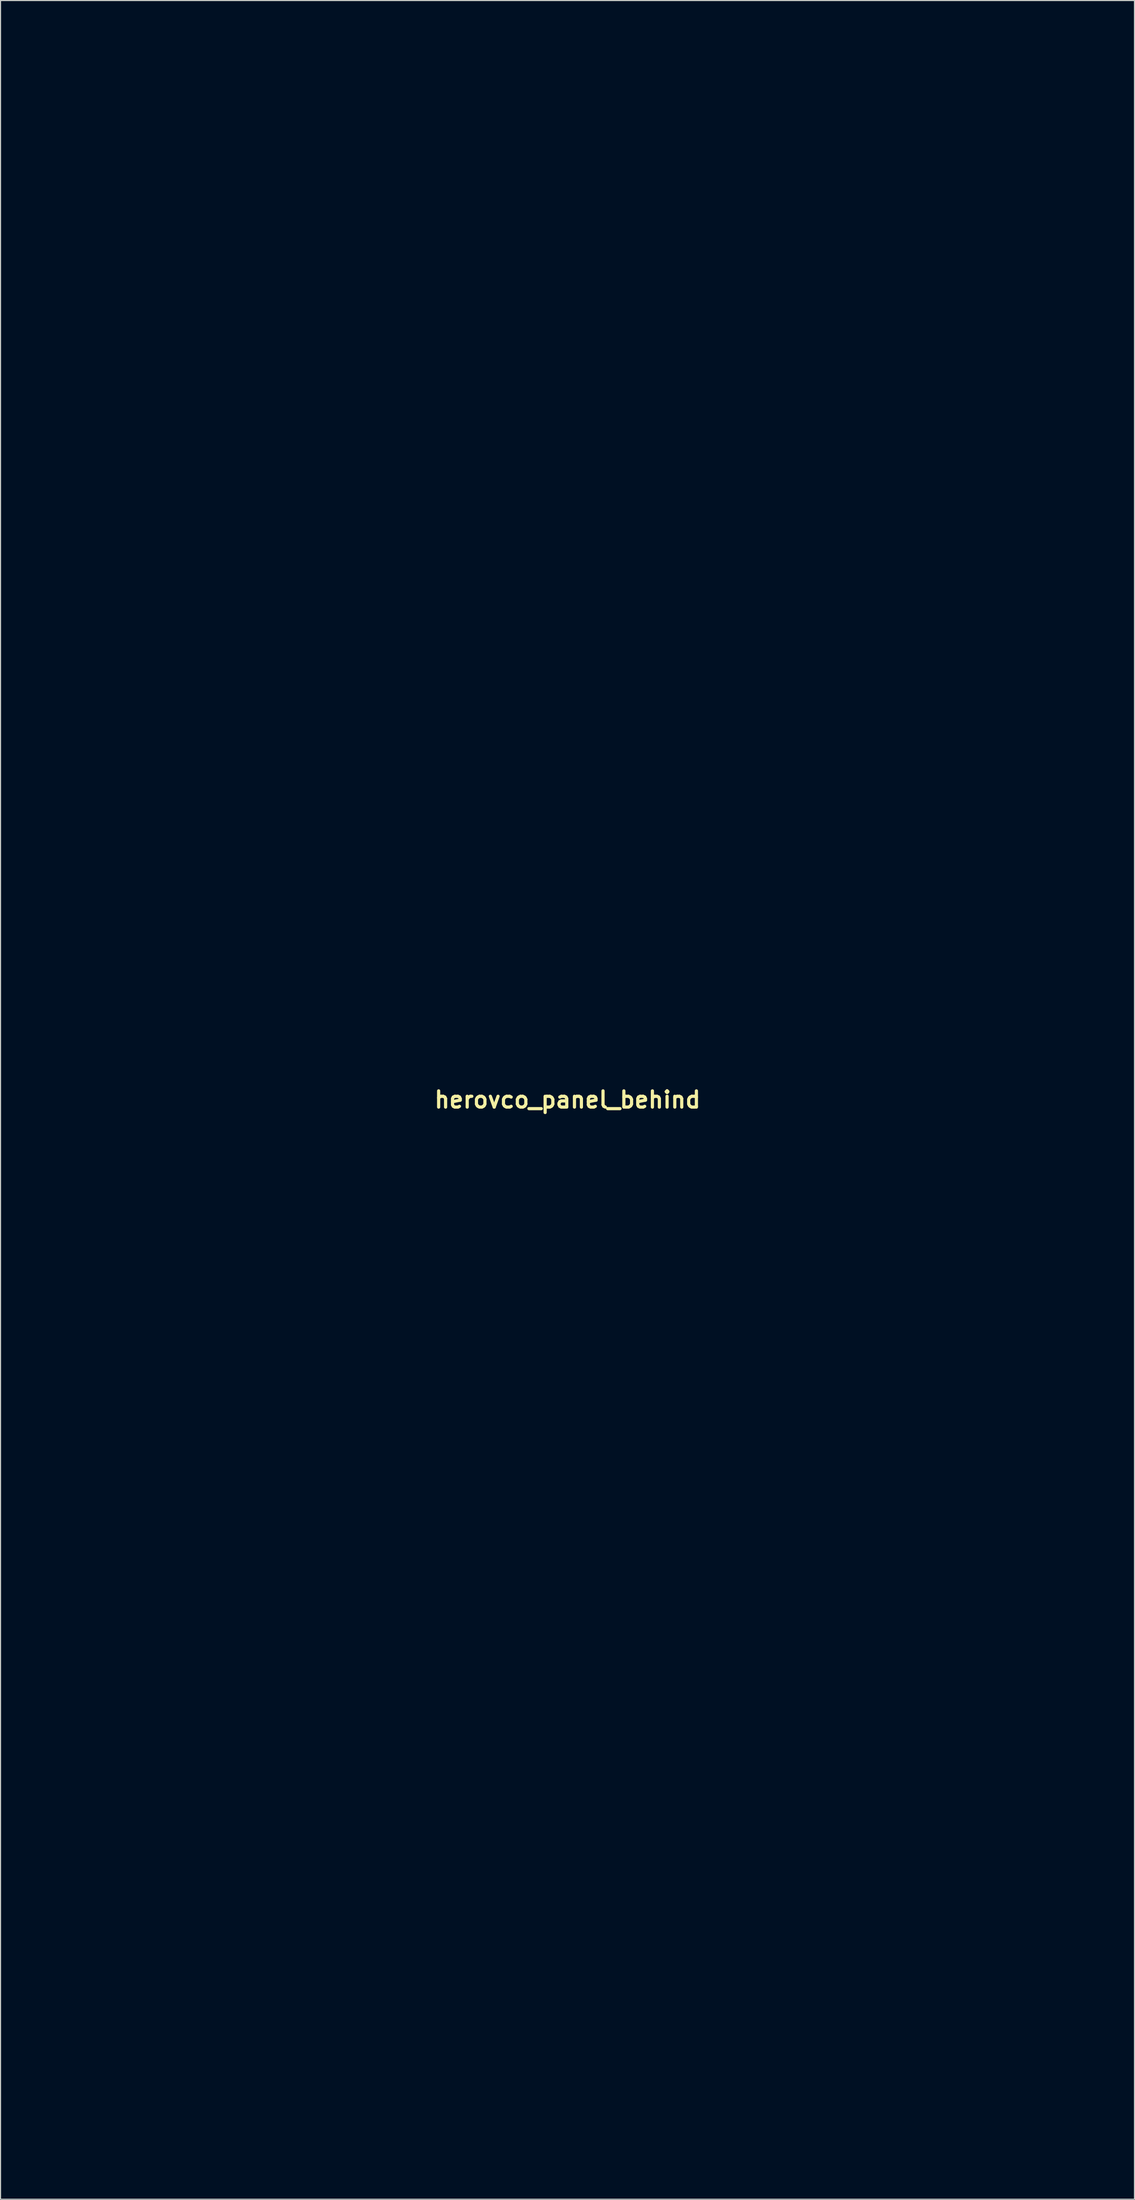
<source format=kicad_pcb>
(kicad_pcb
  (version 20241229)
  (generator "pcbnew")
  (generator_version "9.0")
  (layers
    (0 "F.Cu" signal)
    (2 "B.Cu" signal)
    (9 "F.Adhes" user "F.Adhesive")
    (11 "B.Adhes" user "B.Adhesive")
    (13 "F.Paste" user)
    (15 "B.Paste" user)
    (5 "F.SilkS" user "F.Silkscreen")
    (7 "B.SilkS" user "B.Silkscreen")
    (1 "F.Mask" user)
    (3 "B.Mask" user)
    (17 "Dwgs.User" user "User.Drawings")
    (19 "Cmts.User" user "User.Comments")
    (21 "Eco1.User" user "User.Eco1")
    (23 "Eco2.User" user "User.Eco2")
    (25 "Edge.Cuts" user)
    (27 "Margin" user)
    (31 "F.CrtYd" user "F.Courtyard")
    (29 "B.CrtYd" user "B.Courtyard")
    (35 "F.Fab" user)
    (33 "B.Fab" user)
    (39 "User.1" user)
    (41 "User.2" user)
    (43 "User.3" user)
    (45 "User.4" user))
  (footprint "herovco_panel_behind"
    (layer "F.Cu")
    (at 50.317 100.304)
    (property "Reference" "herovco_panel_behind" (at 0 0 0) (layer "F.SilkS") (effects (font (size 1.524 1.524) (thickness 0.3))))
    (attr board_only exclude_from_pos_files exclude_from_bom)
    (fp_poly (pts (xy -14.961 7.772) (xy -35.052 7.772) (xy -35.052 2.261) (xy -14.961 2.261)) (stroke (width 0.1) (type solid)) (fill no) (layer "Eco1.User"))
    (fp_poly (pts (xy 50.267 100.279) (xy -50.267 100.279) (xy -50.267 99.746) (xy -49.733 99.746) (xy 49.733 99.746) (xy 49.733 -99.72) (xy -49.733 -99.72) (xy -49.733 99.746) (xy -50.267 99.746) (xy -50.267 -100.254) (xy 50.267 -100.254)) (stroke (width 0.1) (type solid)) (fill no) (layer "Eco1.User"))
    (fp_poly (pts (xy 45.72 -38.252) (xy 35.306 -38.252) (xy 35.306 -39.853) (xy 43.002 -39.853) (xy 43.866 -39.853) (xy 43.866 -38.989) (xy 44.12 -38.989) (xy 44.12 -39.853) (xy 45.009 -39.853) (xy 45.009 -40.105) (xy 44.571 -40.112) (xy 44.133 -40.119) (xy 44.119 -40.996) (xy 43.866 -40.996) (xy 43.866 -40.107) (xy 43.002 -40.107) (xy 43.002 -39.853) (xy 35.306 -39.853) (xy 35.306 -44.12) (xy 45.72 -44.12)) (stroke (width 0.1) (type solid)) (fill no) (layer "Eco1.User"))
    (fp_poly (pts (xy 45.72 -28.245) (xy 35.306 -28.245) (xy 35.306 -29.845) (xy 43.002 -29.845) (xy 43.866 -29.845) (xy 43.866 -28.981) (xy 44.12 -28.981) (xy 44.12 -29.844) (xy 44.558 -29.851) (xy 44.996 -29.858) (xy 45.011 -30.124) (xy 44.12 -30.124) (xy 44.12 -30.988) (xy 43.866 -30.988) (xy 43.866 -30.124) (xy 43.002 -30.124) (xy 43.002 -29.845) (xy 35.306 -29.845) (xy 35.306 -34.112) (xy 45.72 -34.112)) (stroke (width 0.1) (type solid)) (fill no) (layer "Eco1.User"))
    (fp_poly (pts (xy 45.72 -8.255) (xy 35.306 -8.255) (xy 35.306 -9.855) (xy 43.002 -9.855) (xy 43.866 -9.855) (xy 43.866 -8.992) (xy 44.12 -8.992) (xy 44.12 -9.855) (xy 45.009 -9.855) (xy 45.009 -10.108) (xy 44.571 -10.115) (xy 44.133 -10.122) (xy 44.119 -11.001) (xy 43.879 -10.986) (xy 43.865 -10.109) (xy 43.002 -10.109) (xy 43.002 -9.855) (xy 35.306 -9.855) (xy 35.306 -14.122) (xy 45.72 -14.122)) (stroke (width 0.1) (type solid)) (fill no) (layer "Eco1.User"))
    (fp_poly (pts (xy 45.72 1.753) (xy 35.306 1.753) (xy 35.306 0.152) (xy 43.002 0.152) (xy 43.866 0.152) (xy 43.866 1.016) (xy 44.12 1.016) (xy 44.12 0.154) (xy 44.558 0.147) (xy 44.996 0.14) (xy 44.996 -0.114) (xy 44.12 -0.128) (xy 44.12 -0.991) (xy 43.866 -0.991) (xy 43.866 -0.127) (xy 43.002 -0.127) (xy 43.002 0.152) (xy 35.306 0.152) (xy 35.306 -4.115) (xy 45.72 -4.115)) (stroke (width 0.1) (type solid)) (fill no) (layer "Eco1.User"))
    (fp_poly (pts (xy 45.72 -18.237) (xy 35.306 -18.237) (xy 35.306 -19.863) (xy 43.002 -19.863) (xy 43.866 -19.863) (xy 43.866 -18.999) (xy 44.119 -18.999) (xy 44.126 -19.425) (xy 44.133 -19.85) (xy 45.009 -19.864) (xy 45.009 -20.116) (xy 44.571 -20.123) (xy 44.133 -20.13) (xy 44.126 -20.555) (xy 44.119 -20.98) (xy 43.866 -20.98) (xy 43.866 -20.117) (xy 43.002 -20.117) (xy 43.002 -19.863) (xy 35.306 -19.863) (xy 35.306 -24.105) (xy 45.72 -24.105)) (stroke (width 0.1) (type solid)) (fill no) (layer "Eco1.User"))
    (fp_poly (pts (xy 45.707 -48.247) (xy 40.507 -48.241) (xy 35.306 -48.234) (xy 35.309 -49.86) (xy 43.002 -49.86) (xy 43.866 -49.86) (xy 43.866 -48.997) (xy 44.119 -48.997) (xy 44.126 -49.422) (xy 44.133 -49.847) (xy 45.009 -49.861) (xy 45.009 -50.113) (xy 44.571 -50.12) (xy 44.133 -50.127) (xy 44.126 -50.552) (xy 44.119 -50.978) (xy 43.866 -50.978) (xy 43.866 -50.114) (xy 43.002 -50.114) (xy 43.002 -49.86) (xy 35.309 -49.86) (xy 35.312 -51.175) (xy 35.319 -54.115) (xy 45.707 -54.115)) (stroke (width 0.1) (type solid)) (fill no) (layer "Eco1.User"))
    (fp_poly (pts (xy 45.517 -58.242) (xy 35.103 -58.242) (xy 35.103 -59.868) (xy 43.002 -59.868) (xy 43.866 -59.868) (xy 43.866 -59.44) (xy 43.867 -59.298) (xy 43.869 -59.173) (xy 43.873 -59.076) (xy 43.878 -59.014) (xy 43.883 -58.996) (xy 43.917 -58.985) (xy 43.981 -58.979) (xy 44.009 -58.979) (xy 44.119 -58.979) (xy 44.133 -59.855) (xy 45.009 -59.869) (xy 45.009 -60.122) (xy 44.12 -60.122) (xy 44.12 -60.985) (xy 43.866 -60.985) (xy 43.866 -60.122) (xy 43.002 -60.122) (xy 43.002 -59.868) (xy 35.103 -59.868) (xy 35.103 -64.11) (xy 45.517 -64.11)) (stroke (width 0.1) (type solid)) (fill no) (layer "Eco1.User"))
    (fp_poly (pts (xy -29.532 67.051) (xy -29.464 67.122) (xy -29.464 75.022) (xy -29.464 82.922) (xy -29.523 82.977) (xy -29.582 83.033) (xy -41.266 83.033) (xy -43.347 81.053) (xy -43.622 80.791) (xy -43.887 80.538) (xy -44.14 80.296) (xy -44.379 80.067) (xy -44.601 79.854) (xy -44.804 79.659) (xy -44.985 79.485) (xy -45.142 79.333) (xy -45.272 79.205) (xy -45.374 79.106) (xy -45.444 79.035) (xy -45.481 78.997) (xy -45.485 78.992) (xy -45.542 78.91) (xy -45.542 73.016) (xy -45.542 67.259) (xy -45.263 67.259) (xy -45.262 73.057) (xy -45.262 78.854) (xy -41.137 82.779) (xy -29.743 82.779) (xy -29.743 67.259) (xy -45.263 67.259) (xy -45.542 67.259) (xy -45.542 67.122) (xy -45.474 67.051) (xy -45.406 66.98) (xy -29.601 66.98)) (stroke (width 0.1) (type solid)) (fill no) (layer "Eco1.User"))
    (fp_poly (pts (xy -4.47 17.11) (xy -4.47 25.007) (xy -4.47 32.903) (xy -4.607 33.045) (xy -16.224 33.045) (xy -16.297 32.988) (xy -16.326 32.963) (xy -16.388 32.906) (xy -16.481 32.818) (xy -16.602 32.705) (xy -16.748 32.567) (xy -16.916 32.409) (xy -17.103 32.232) (xy -17.306 32.04) (xy -17.522 31.835) (xy -17.748 31.621) (xy -17.981 31.399) (xy -18.219 31.173) (xy -18.458 30.946) (xy -18.695 30.721) (xy -18.927 30.5) (xy -19.152 30.286) (xy -19.366 30.081) (xy -19.567 29.89) (xy -19.751 29.714) (xy -19.916 29.556) (xy -20.058 29.42) (xy -20.175 29.307) (xy -20.264 29.221) (xy -20.321 29.165) (xy -20.326 29.16) (xy -20.523 28.963) (xy -20.523 28.844) (xy -20.269 28.844) (xy -18.209 30.805) (xy -16.149 32.766) (xy -4.75 32.766) (xy -4.75 17.247) (xy -20.269 17.247) (xy -20.269 28.844) (xy -20.523 28.844) (xy -20.523 17.103) (xy -20.464 17.048) (xy -20.406 16.993) (xy -4.581 16.993)) (stroke (width 0.1) (type solid)) (fill no) (layer "Eco1.User"))
    (fp_poly (pts (xy 20.523 42.104) (xy 20.523 57.929) (xy 20.464 57.984) (xy 20.406 58.039) (xy 8.77 58.039) (xy 8.697 57.982) (xy 8.668 57.957) (xy 8.606 57.899) (xy 8.513 57.812) (xy 8.391 57.698) (xy 8.246 57.561) (xy 8.078 57.402) (xy 7.891 57.226) (xy 7.688 57.033) (xy 7.472 56.829) (xy 7.245 56.614) (xy 7.012 56.393) (xy 6.775 56.167) (xy 6.536 55.94) (xy 6.299 55.715) (xy 6.066 55.493) (xy 5.841 55.279) (xy 5.627 55.075) (xy 5.427 54.883) (xy 5.242 54.707) (xy 5.078 54.55) (xy 4.935 54.413) (xy 4.818 54.301) (xy 4.73 54.215) (xy 4.672 54.159) (xy 4.667 54.153) (xy 4.47 53.956) (xy 4.47 42.266) (xy 4.75 42.266) (xy 4.75 48.063) (xy 4.75 53.861) (xy 6.797 55.81) (xy 8.845 57.76) (xy 20.269 57.76) (xy 20.269 42.266) (xy 4.75 42.266) (xy 4.47 42.266) (xy 4.47 42.129) (xy 4.539 42.057) (xy 4.607 41.986) (xy 20.413 41.986)) (stroke (width 0.1) (type solid)) (fill no) (layer "Eco1.User"))
    (fp_poly (pts (xy -29.532 42.057) (xy -29.464 42.129) (xy -29.464 57.897) (xy -29.532 57.968) (xy -29.601 58.039) (xy -41.253 58.039) (xy -41.395 57.906) (xy -41.536 57.774) (xy -41.699 57.62) (xy -41.883 57.446) (xy -42.084 57.255) (xy -42.3 57.05) (xy -42.528 56.834) (xy -42.764 56.609) (xy -43.007 56.377) (xy -43.254 56.143) (xy -43.5 55.907) (xy -43.745 55.674) (xy -43.984 55.445) (xy -44.216 55.223) (xy -44.437 55.011) (xy -44.644 54.812) (xy -44.835 54.629) (xy -45.007 54.463) (xy -45.157 54.318) (xy -45.283 54.197) (xy -45.38 54.101) (xy -45.448 54.035) (xy -45.482 54) (xy -45.485 53.996) (xy -45.542 53.917) (xy -45.542 48.023) (xy -45.542 42.266) (xy -45.263 42.266) (xy -45.261 48.063) (xy -45.259 53.861) (xy -43.21 55.81) (xy -41.161 57.758) (xy -35.452 57.759) (xy -29.743 57.76) (xy -29.743 42.266) (xy -45.263 42.266) (xy -45.542 42.266) (xy -45.542 42.129) (xy -45.474 42.057) (xy -45.406 41.986) (xy -29.601 41.986)) (stroke (width 0.1) (type solid)) (fill no) (layer "Eco1.User"))
    (fp_poly (pts (xy -4.539 67.051) (xy -4.47 67.122) (xy -4.47 82.922) (xy -4.529 82.977) (xy -4.588 83.033) (xy -16.261 83.033) (xy -16.43 82.872) (xy -16.472 82.832) (xy -16.548 82.76) (xy -16.655 82.658) (xy -16.791 82.529) (xy -16.953 82.375) (xy -17.138 82.199) (xy -17.344 82.004) (xy -17.567 81.792) (xy -17.805 81.565) (xy -18.056 81.327) (xy -18.316 81.08) (xy -18.491 80.914) (xy -18.754 80.664) (xy -19.007 80.424) (xy -19.247 80.194) (xy -19.474 79.979) (xy -19.683 79.779) (xy -19.873 79.599) (xy -20.04 79.439) (xy -20.183 79.302) (xy -20.298 79.192) (xy -20.384 79.11) (xy -20.437 79.058) (xy -20.453 79.042) (xy -20.523 78.968) (xy -20.522 73.044) (xy -20.522 67.259) (xy -20.269 67.259) (xy -20.267 73.057) (xy -20.265 78.854) (xy -18.203 80.816) (xy -16.142 82.777) (xy -10.446 82.778) (xy -4.75 82.779) (xy -4.75 67.259) (xy -20.269 67.259) (xy -20.522 67.259) (xy -20.522 67.12) (xy -20.399 66.98) (xy -4.607 66.98)) (stroke (width 0.1) (type solid)) (fill no) (layer "Eco1.User"))
    (fp_poly (pts (xy 45.474 42.057) (xy 45.542 42.129) (xy 45.542 57.897) (xy 45.474 57.968) (xy 45.406 58.039) (xy 33.755 58.039) (xy 33.637 57.931) (xy 33.562 57.862) (xy 33.458 57.764) (xy 33.327 57.641) (xy 33.172 57.495) (xy 32.997 57.329) (xy 32.803 57.145) (xy 32.594 56.947) (xy 32.373 56.736) (xy 32.143 56.517) (xy 31.906 56.291) (xy 31.666 56.062) (xy 31.425 55.831) (xy 31.186 55.603) (xy 30.952 55.379) (xy 30.726 55.162) (xy 30.51 54.956) (xy 30.309 54.762) (xy 30.124 54.584) (xy 29.958 54.424) (xy 29.815 54.286) (xy 29.696 54.171) (xy 29.606 54.083) (xy 29.547 54.024) (xy 29.521 53.997) (xy 29.521 53.997) (xy 29.464 53.917) (xy 29.464 42.266) (xy 29.743 42.266) (xy 29.745 48.063) (xy 29.746 53.861) (xy 31.796 55.81) (xy 33.846 57.759) (xy 45.263 57.76) (xy 45.263 42.266) (xy 29.743 42.266) (xy 29.464 42.266) (xy 29.464 42.129) (xy 29.532 42.057) (xy 29.601 41.986) (xy 45.406 41.986)) (stroke (width 0.1) (type solid)) (fill no) (layer "Eco1.User"))
    (fp_poly (pts (xy -6.792 3.269) (xy -6.503 3.355) (xy -6.351 3.421) (xy -6.233 3.481) (xy -6.138 3.54) (xy -6.048 3.609) (xy -5.95 3.699) (xy -5.891 3.757) (xy -5.785 3.866) (xy -5.707 3.959) (xy -5.644 4.049) (xy -5.586 4.154) (xy -5.554 4.218) (xy -5.441 4.506) (xy -5.378 4.798) (xy -5.364 5.09) (xy -5.399 5.376) (xy -5.482 5.655) (xy -5.613 5.922) (xy -5.791 6.174) (xy -5.814 6.201) (xy -6.01 6.39) (xy -6.238 6.547) (xy -6.491 6.668) (xy -6.76 6.752) (xy -7.037 6.794) (xy -7.312 6.792) (xy -7.403 6.78) (xy -7.691 6.711) (xy -7.96 6.596) (xy -8.206 6.441) (xy -8.424 6.25) (xy -8.609 6.026) (xy -8.757 5.774) (xy -8.864 5.497) (xy -8.881 5.436) (xy -8.905 5.304) (xy -8.919 5.142) (xy -8.922 4.968) (xy -8.916 4.802) (xy -8.899 4.663) (xy -8.893 4.636) (xy -8.8 4.346) (xy -8.662 4.078) (xy -8.48 3.836) (xy -8.396 3.747) (xy -8.165 3.552) (xy -7.914 3.402) (xy -7.647 3.298) (xy -7.368 3.241) (xy -7.082 3.231)) (stroke (width 0.1) (type solid)) (fill no) (layer "Eco1.User"))
    (fp_poly (pts (xy 45.474 67.051) (xy 45.542 67.122) (xy 45.542 82.89) (xy 45.474 82.961) (xy 45.406 83.033) (xy 33.736 83.033) (xy 31.616 81.013) (xy 31.339 80.749) (xy 31.073 80.495) (xy 30.819 80.251) (xy 30.58 80.021) (xy 30.358 79.807) (xy 30.156 79.612) (xy 29.976 79.436) (xy 29.82 79.283) (xy 29.691 79.155) (xy 29.59 79.055) (xy 29.521 78.983) (xy 29.485 78.944) (xy 29.48 78.937) (xy 29.479 78.906) (xy 29.478 78.854) (xy 29.743 78.854) (xy 31.804 80.816) (xy 33.865 82.779) (xy 45.263 82.779) (xy 45.263 67.259) (xy 29.743 67.259) (xy 29.743 78.854) (xy 29.478 78.854) (xy 29.477 78.827) (xy 29.476 78.702) (xy 29.475 78.533) (xy 29.473 78.322) (xy 29.472 78.072) (xy 29.471 77.784) (xy 29.47 77.462) (xy 29.469 77.106) (xy 29.468 76.721) (xy 29.467 76.307) (xy 29.466 75.867) (xy 29.466 75.404) (xy 29.465 74.919) (xy 29.465 74.415) (xy 29.465 73.895) (xy 29.464 73.36) (xy 29.464 73.001) (xy 29.464 67.122) (xy 29.532 67.051) (xy 29.601 66.98) (xy 45.406 66.98)) (stroke (width 0.1) (type solid)) (fill no) (layer "Eco1.User"))
    (fp_poly (pts (xy -42.695 3.236) (xy -42.435 3.281) (xy -42.174 3.371) (xy -42.064 3.421) (xy -41.945 3.481) (xy -41.849 3.54) (xy -41.759 3.61) (xy -41.66 3.701) (xy -41.604 3.756) (xy -41.498 3.866) (xy -41.418 3.96) (xy -41.354 4.054) (xy -41.294 4.163) (xy -41.267 4.216) (xy -41.159 4.478) (xy -41.096 4.734) (xy -41.075 4.997) (xy -41.079 5.117) (xy -41.121 5.411) (xy -41.209 5.687) (xy -41.338 5.942) (xy -41.505 6.172) (xy -41.706 6.372) (xy -41.937 6.539) (xy -42.195 6.668) (xy -42.475 6.756) (xy -42.614 6.781) (xy -42.753 6.798) (xy -42.873 6.802) (xy -42.997 6.794) (xy -43.116 6.779) (xy -43.397 6.713) (xy -43.662 6.602) (xy -43.905 6.45) (xy -44.123 6.263) (xy -44.309 6.043) (xy -44.459 5.796) (xy -44.568 5.525) (xy -44.593 5.436) (xy -44.621 5.278) (xy -44.634 5.094) (xy -44.633 4.901) (xy -44.617 4.722) (xy -44.593 4.597) (xy -44.494 4.31) (xy -44.354 4.049) (xy -44.178 3.818) (xy -43.969 3.621) (xy -43.733 3.46) (xy -43.471 3.339) (xy -43.189 3.261) (xy -42.963 3.233)) (stroke (width 0.1) (type solid)) (fill no) (layer "Eco1.User"))
    (fp_poly (pts (xy -4.47 42.104) (xy -4.47 57.929) (xy -4.529 57.984) (xy -4.588 58.039) (xy -16.263 58.039) (xy -16.494 57.815) (xy -16.545 57.766) (xy -16.63 57.684) (xy -16.746 57.573) (xy -16.89 57.436) (xy -17.06 57.274) (xy -17.252 57.09) (xy -17.464 56.889) (xy -17.692 56.671) (xy -17.935 56.44) (xy -18.188 56.199) (xy -18.45 55.949) (xy -18.598 55.808) (xy -18.858 55.56) (xy -19.108 55.322) (xy -19.345 55.095) (xy -19.567 54.883) (xy -19.771 54.686) (xy -19.955 54.509) (xy -20.116 54.353) (xy -20.253 54.221) (xy -20.361 54.114) (xy -20.44 54.037) (xy -20.486 53.99) (xy -20.497 53.977) (xy -20.5 53.948) (xy -20.503 53.874) (xy -20.504 53.843) (xy -20.269 53.843) (xy -18.218 55.8) (xy -16.167 57.756) (xy -4.75 57.76) (xy -4.75 42.266) (xy -20.269 42.266) (xy -20.269 53.843) (xy -20.504 53.843) (xy -20.506 53.754) (xy -20.509 53.588) (xy -20.511 53.376) (xy -20.513 53.118) (xy -20.515 52.812) (xy -20.517 52.458) (xy -20.518 52.057) (xy -20.52 51.608) (xy -20.521 51.11) (xy -20.522 50.563) (xy -20.522 49.966) (xy -20.523 49.32) (xy -20.523 48.624) (xy -20.523 48.012) (xy -20.523 42.097) (xy -20.464 42.041) (xy -20.406 41.986) (xy -4.581 41.986)) (stroke (width 0.1) (type solid)) (fill no) (layer "Eco1.User"))
    (fp_poly (pts (xy 20.523 67.097) (xy 20.523 82.922) (xy 20.464 82.977) (xy 20.406 83.033) (xy 8.731 83.033) (xy 8.499 82.808) (xy 8.448 82.759) (xy 8.363 82.678) (xy 8.247 82.567) (xy 8.103 82.429) (xy 7.934 82.267) (xy 7.741 82.084) (xy 7.53 81.882) (xy 7.301 81.664) (xy 7.059 81.434) (xy 6.805 81.192) (xy 6.544 80.943) (xy 6.395 80.802) (xy 6.135 80.554) (xy 5.886 80.316) (xy 5.649 80.089) (xy 5.427 79.876) (xy 5.223 79.68) (xy 5.039 79.503) (xy 4.877 79.347) (xy 4.741 79.214) (xy 4.632 79.108) (xy 4.554 79.03) (xy 4.508 78.983) (xy 4.497 78.97) (xy 4.493 78.941) (xy 4.49 78.867) (xy 4.49 78.859) (xy 4.75 78.859) (xy 6.801 80.817) (xy 8.852 82.775) (xy 14.561 82.777) (xy 20.269 82.779) (xy 20.269 67.259) (xy 4.75 67.259) (xy 4.75 78.859) (xy 4.49 78.859) (xy 4.488 78.748) (xy 4.485 78.582) (xy 4.483 78.37) (xy 4.48 78.111) (xy 4.478 77.805) (xy 4.477 77.452) (xy 4.475 77.05) (xy 4.474 76.601) (xy 4.473 76.103) (xy 4.472 75.555) (xy 4.471 74.959) (xy 4.471 74.313) (xy 4.47 73.616) (xy 4.47 73.022) (xy 4.47 67.122) (xy 4.539 67.051) (xy 4.607 66.98) (xy 20.413 66.98)) (stroke (width 0.1) (type solid)) (fill no) (layer "Eco1.User"))
    (fp_poly (pts (xy -43.721 95.486) (xy -43.462 95.598) (xy -43.227 95.751) (xy -43.022 95.939) (xy -42.854 96.156) (xy -42.808 96.233) (xy -42.725 96.395) (xy -42.668 96.543) (xy -42.633 96.694) (xy -42.616 96.866) (xy -42.612 97.015) (xy -42.613 97.155) (xy -42.619 97.26) (xy -42.631 97.345) (xy -42.651 97.425) (xy -42.678 97.506) (xy -42.799 97.778) (xy -42.955 98.013) (xy -43.148 98.214) (xy -43.319 98.345) (xy -43.525 98.463) (xy -43.741 98.545) (xy -43.983 98.595) (xy -44.046 98.603) (xy -44.113 98.608) (xy -44.225 98.612) (xy -44.375 98.615) (xy -44.559 98.618) (xy -44.768 98.621) (xy -44.999 98.622) (xy -45.244 98.623) (xy -45.498 98.624) (xy -45.754 98.624) (xy -46.007 98.623) (xy -46.251 98.622) (xy -46.48 98.62) (xy -46.687 98.618) (xy -46.867 98.615) (xy -47.014 98.611) (xy -47.121 98.607) (xy -47.181 98.603) (xy -47.46 98.545) (xy -47.719 98.441) (xy -47.955 98.295) (xy -48.162 98.11) (xy -48.337 97.889) (xy -48.428 97.732) (xy -48.523 97.507) (xy -48.578 97.28) (xy -48.597 97.032) (xy -48.597 97.015) (xy -48.573 96.73) (xy -48.502 96.462) (xy -48.386 96.213) (xy -48.229 95.99) (xy -48.032 95.794) (xy -47.798 95.63) (xy -47.712 95.584) (xy -47.648 95.551) (xy -47.59 95.523) (xy -47.534 95.5) (xy -47.476 95.48) (xy -47.412 95.463) (xy -47.337 95.45) (xy -47.247 95.439) (xy -47.139 95.431) (xy -47.008 95.425) (xy -46.85 95.42) (xy -46.661 95.418) (xy -46.437 95.416) (xy -46.174 95.415) (xy -45.867 95.415) (xy -45.58 95.415) (xy -43.929 95.415)) (stroke (width 0.1) (type solid)) (fill no) (layer "Eco1.User"))
    (fp_poly (pts (xy -44.85 -98.6) (xy -44.625 -98.598) (xy -44.434 -98.595) (xy -44.273 -98.589) (xy -44.137 -98.582) (xy -44.023 -98.573) (xy -43.927 -98.561) (xy -43.843 -98.547) (xy -43.768 -98.529) (xy -43.698 -98.509) (xy -43.666 -98.498) (xy -43.428 -98.392) (xy -43.209 -98.242) (xy -43.014 -98.053) (xy -42.849 -97.832) (xy -42.718 -97.583) (xy -42.678 -97.481) (xy -42.648 -97.391) (xy -42.629 -97.311) (xy -42.618 -97.225) (xy -42.613 -97.118) (xy -42.612 -96.99) (xy -42.619 -96.793) (xy -42.64 -96.629) (xy -42.68 -96.48) (xy -42.743 -96.33) (xy -42.808 -96.208) (xy -42.962 -95.983) (xy -43.156 -95.785) (xy -43.381 -95.62) (xy -43.632 -95.494) (xy -43.721 -95.461) (xy -43.929 -95.391) (xy -45.504 -95.386) (xy -45.787 -95.386) (xy -46.059 -95.386) (xy -46.314 -95.387) (xy -46.548 -95.389) (xy -46.756 -95.391) (xy -46.933 -95.394) (xy -47.074 -95.397) (xy -47.174 -95.4) (xy -47.229 -95.404) (xy -47.23 -95.404) (xy -47.501 -95.47) (xy -47.753 -95.58) (xy -47.982 -95.731) (xy -48.183 -95.917) (xy -48.35 -96.134) (xy -48.48 -96.378) (xy -48.556 -96.603) (xy -48.583 -96.759) (xy -48.595 -96.941) (xy -48.591 -97.129) (xy -48.572 -97.301) (xy -48.556 -97.376) (xy -48.463 -97.637) (xy -48.327 -97.878) (xy -48.151 -98.094) (xy -47.942 -98.278) (xy -47.72 -98.414) (xy -47.652 -98.449) (xy -47.591 -98.479) (xy -47.533 -98.504) (xy -47.473 -98.525) (xy -47.407 -98.542) (xy -47.33 -98.556) (xy -47.238 -98.567) (xy -47.127 -98.575) (xy -46.992 -98.581) (xy -46.828 -98.586) (xy -46.632 -98.59) (xy -46.399 -98.592) (xy -46.124 -98.594) (xy -45.803 -98.597) (xy -45.771 -98.597) (xy -45.419 -98.599) (xy -45.113 -98.6)) (stroke (width 0.1) (type solid)) (fill no) (layer "Eco1.User"))
    (fp_poly (pts (xy -29.532 17.064) (xy -29.464 17.135) (xy -29.464 32.903) (xy -29.601 33.045) (xy -35.406 33.045) (xy -36.074 33.045) (xy -36.692 33.045) (xy -37.263 33.044) (xy -37.788 33.044) (xy -38.268 33.043) (xy -38.706 33.043) (xy -39.103 33.042) (xy -39.461 33.041) (xy -39.78 33.039) (xy -40.064 33.038) (xy -40.313 33.037) (xy -40.529 33.035) (xy -40.714 33.033) (xy -40.869 33.031) (xy -40.996 33.028) (xy -41.097 33.025) (xy -41.173 33.023) (xy -41.226 33.019) (xy -41.257 33.016) (xy -41.268 33.013) (xy -41.299 32.989) (xy -41.363 32.932) (xy -41.458 32.845) (xy -41.58 32.732) (xy -41.728 32.595) (xy -41.897 32.436) (xy -42.085 32.258) (xy -42.289 32.065) (xy -42.507 31.858) (xy -42.735 31.641) (xy -42.972 31.416) (xy -43.213 31.185) (xy -43.456 30.953) (xy -43.698 30.72) (xy -43.937 30.491) (xy -44.169 30.267) (xy -44.392 30.052) (xy -44.603 29.848) (xy -44.799 29.658) (xy -44.977 29.485) (xy -45.135 29.331) (xy -45.269 29.199) (xy -45.377 29.091) (xy -45.455 29.011) (xy -45.502 28.962) (xy -45.514 28.946) (xy -45.518 28.92) (xy -45.521 28.859) (xy -45.521 28.849) (xy -45.263 28.849) (xy -43.212 30.806) (xy -41.161 32.763) (xy -29.743 32.766) (xy -29.743 17.247) (xy -45.263 17.247) (xy -45.263 28.849) (xy -45.521 28.849) (xy -45.524 28.762) (xy -45.526 28.629) (xy -45.529 28.458) (xy -45.531 28.249) (xy -45.533 27.999) (xy -45.535 27.71) (xy -45.536 27.378) (xy -45.538 27.004) (xy -45.539 26.586) (xy -45.54 26.123) (xy -45.541 25.615) (xy -45.541 25.06) (xy -45.542 24.458) (xy -45.542 23.807) (xy -45.542 23.106) (xy -45.542 23.004) (xy -45.542 17.135) (xy -45.474 17.064) (xy -45.406 16.993) (xy -29.601 16.993)) (stroke (width 0.1) (type solid)) (fill no) (layer "Eco1.User"))
    (fp_poly (pts (xy 46.234 95.415) (xy 46.488 95.416) (xy 46.705 95.418) (xy 46.887 95.421) (xy 47.039 95.426) (xy 47.165 95.433) (xy 47.27 95.442) (xy 47.357 95.454) (xy 47.43 95.469) (xy 47.495 95.487) (xy 47.555 95.51) (xy 47.613 95.536) (xy 47.675 95.567) (xy 47.739 95.6) (xy 47.889 95.695) (xy 48.045 95.823) (xy 48.193 95.971) (xy 48.32 96.126) (xy 48.396 96.243) (xy 48.498 96.476) (xy 48.563 96.732) (xy 48.589 96.998) (xy 48.574 97.26) (xy 48.551 97.384) (xy 48.465 97.641) (xy 48.335 97.879) (xy 48.165 98.094) (xy 47.961 98.28) (xy 47.727 98.433) (xy 47.467 98.547) (xy 47.396 98.57) (xy 47.362 98.578) (xy 47.32 98.586) (xy 47.265 98.592) (xy 47.194 98.598) (xy 47.103 98.602) (xy 46.988 98.606) (xy 46.845 98.609) (xy 46.669 98.611) (xy 46.457 98.613) (xy 46.205 98.615) (xy 45.908 98.616) (xy 45.707 98.617) (xy 45.426 98.618) (xy 45.157 98.618) (xy 44.904 98.618) (xy 44.672 98.617) (xy 44.466 98.615) (xy 44.292 98.613) (xy 44.154 98.611) (xy 44.056 98.608) (xy 44.005 98.604) (xy 43.739 98.55) (xy 43.495 98.452) (xy 43.267 98.309) (xy 43.065 98.133) (xy 42.878 97.915) (xy 42.739 97.682) (xy 42.648 97.43) (xy 42.602 97.159) (xy 42.597 97.015) (xy 42.619 96.734) (xy 42.686 96.474) (xy 42.8 96.233) (xy 42.962 96.009) (xy 43.065 95.897) (xy 43.27 95.717) (xy 43.483 95.582) (xy 43.716 95.484) (xy 43.79 95.462) (xy 43.826 95.452) (xy 43.866 95.444) (xy 43.913 95.437) (xy 43.972 95.432) (xy 44.047 95.427) (xy 44.141 95.423) (xy 44.259 95.421) (xy 44.404 95.418) (xy 44.581 95.417) (xy 44.794 95.416) (xy 45.047 95.415) (xy 45.344 95.415) (xy 45.593 95.415) (xy 45.937 95.415)) (stroke (width 0.1) (type solid)) (fill no) (layer "Eco1.User"))
    (fp_poly (pts (xy -12.185 44.517) (xy -11.691 44.568) (xy -11.202 44.664) (xy -10.719 44.805) (xy -10.248 44.991) (xy -9.789 45.222) (xy -9.348 45.499) (xy -9.06 45.712) (xy -8.723 46.006) (xy -8.401 46.342) (xy -8.102 46.71) (xy -7.833 47.102) (xy -7.601 47.508) (xy -7.572 47.565) (xy -7.371 48.012) (xy -7.215 48.459) (xy -7.104 48.914) (xy -7.034 49.384) (xy -7.005 49.877) (xy -7.003 50.013) (xy -7.02 50.49) (xy -7.072 50.939) (xy -7.161 51.371) (xy -7.289 51.796) (xy -7.329 51.908) (xy -7.535 52.391) (xy -7.781 52.847) (xy -8.066 53.272) (xy -8.386 53.667) (xy -8.738 54.028) (xy -9.12 54.355) (xy -9.53 54.645) (xy -9.964 54.897) (xy -10.419 55.109) (xy -10.894 55.279) (xy -11.384 55.406) (xy -11.889 55.487) (xy -12.404 55.521) (xy -12.927 55.507) (xy -12.929 55.507) (xy -13.232 55.472) (xy -13.561 55.413) (xy -13.898 55.334) (xy -14.225 55.24) (xy -14.463 55.156) (xy -14.937 54.95) (xy -15.384 54.703) (xy -15.803 54.417) (xy -16.191 54.095) (xy -16.548 53.741) (xy -16.87 53.357) (xy -17.156 52.946) (xy -17.403 52.511) (xy -17.611 52.056) (xy -17.777 51.582) (xy -17.899 51.092) (xy -17.976 50.591) (xy -18.001 50.14) (xy -15.011 50.14) (xy -12.624 50.14) (xy -12.624 52.502) (xy -12.37 52.502) (xy -12.37 50.14) (xy -10.008 50.14) (xy -10.008 49.886) (xy -12.37 49.886) (xy -12.37 47.523) (xy -12.624 47.523) (xy -12.624 49.886) (xy -15.011 49.886) (xy -15.011 50.14) (xy -18.001 50.14) (xy -18.005 50.08) (xy -18.001 49.822) (xy -17.955 49.286) (xy -17.861 48.765) (xy -17.721 48.262) (xy -17.534 47.779) (xy -17.302 47.317) (xy -17.025 46.878) (xy -16.705 46.463) (xy -16.341 46.075) (xy -16.32 46.054) (xy -15.925 45.707) (xy -15.506 45.405) (xy -15.068 45.145) (xy -14.613 44.93) (xy -14.143 44.759) (xy -13.662 44.632) (xy -13.174 44.549) (xy -12.68 44.511)) (stroke (width 0.1) (type solid)) (fill no) (layer "Eco1.User"))
    (fp_poly (pts (xy -11.991 19.533) (xy -11.5 19.602) (xy -11.017 19.715) (xy -10.546 19.87) (xy -10.088 20.067) (xy -9.649 20.306) (xy -9.231 20.586) (xy -8.838 20.905) (xy -8.472 21.263) (xy -8.222 21.552) (xy -7.908 21.979) (xy -7.641 22.427) (xy -7.419 22.896) (xy -7.241 23.389) (xy -7.108 23.906) (xy -7.046 24.244) (xy -7.025 24.43) (xy -7.01 24.651) (xy -7.003 24.893) (xy -7.003 25.142) (xy -7.01 25.384) (xy -7.025 25.604) (xy -7.046 25.788) (xy -7.046 25.79) (xy -7.153 26.319) (xy -7.305 26.826) (xy -7.501 27.312) (xy -7.738 27.772) (xy -8.015 28.205) (xy -8.331 28.609) (xy -8.684 28.981) (xy -9.072 29.319) (xy -9.494 29.622) (xy -9.948 29.886) (xy -10.071 29.948) (xy -10.558 30.159) (xy -11.059 30.323) (xy -11.569 30.438) (xy -12.086 30.503) (xy -12.606 30.519) (xy -12.903 30.506) (xy -13.42 30.443) (xy -13.924 30.332) (xy -14.414 30.175) (xy -14.885 29.973) (xy -15.336 29.729) (xy -15.762 29.444) (xy -16.161 29.12) (xy -16.531 28.759) (xy -16.867 28.363) (xy -17.167 27.933) (xy -17.21 27.864) (xy -17.457 27.411) (xy -17.658 26.943) (xy -17.813 26.462) (xy -17.921 25.971) (xy -17.985 25.475) (xy -17.997 25.146) (xy -15.011 25.146) (xy -12.624 25.146) (xy -12.624 27.508) (xy -12.37 27.508) (xy -12.37 25.146) (xy -10.008 25.146) (xy -10.008 24.892) (xy -12.37 24.892) (xy -12.37 22.504) (xy -12.623 22.504) (xy -12.636 24.879) (xy -15.011 24.893) (xy -15.011 25.146) (xy -17.997 25.146) (xy -18.004 24.976) (xy -17.978 24.478) (xy -17.907 23.984) (xy -17.792 23.499) (xy -17.634 23.025) (xy -17.432 22.565) (xy -17.187 22.124) (xy -16.9 21.705) (xy -16.593 21.336) (xy -16.259 20.994) (xy -15.915 20.696) (xy -15.551 20.431) (xy -15.155 20.193) (xy -14.922 20.071) (xy -14.452 19.864) (xy -13.97 19.705) (xy -13.48 19.593) (xy -12.984 19.528) (xy -12.487 19.508)) (stroke (width 0.1) (type solid)) (fill no) (layer "Eco1.User"))
    (fp_poly (pts (xy 45.593 -98.59) (xy 45.932 -98.59) (xy 46.225 -98.59) (xy 46.476 -98.589) (xy 46.688 -98.587) (xy 46.867 -98.584) (xy 47.016 -98.58) (xy 47.139 -98.573) (xy 47.242 -98.564) (xy 47.327 -98.553) (xy 47.4 -98.539) (xy 47.464 -98.521) (xy 47.524 -98.5) (xy 47.584 -98.474) (xy 47.648 -98.444) (xy 47.701 -98.419) (xy 47.923 -98.287) (xy 48.123 -98.115) (xy 48.295 -97.91) (xy 48.433 -97.681) (xy 48.53 -97.436) (xy 48.551 -97.358) (xy 48.587 -97.103) (xy 48.581 -96.838) (xy 48.535 -96.575) (xy 48.451 -96.329) (xy 48.396 -96.218) (xy 48.295 -96.067) (xy 48.162 -95.913) (xy 48.011 -95.768) (xy 47.856 -95.646) (xy 47.739 -95.575) (xy 47.67 -95.539) (xy 47.609 -95.509) (xy 47.551 -95.483) (xy 47.492 -95.461) (xy 47.427 -95.443) (xy 47.353 -95.428) (xy 47.265 -95.417) (xy 47.159 -95.408) (xy 47.03 -95.401) (xy 46.875 -95.396) (xy 46.689 -95.393) (xy 46.467 -95.391) (xy 46.206 -95.39) (xy 45.902 -95.389) (xy 45.682 -95.388) (xy 45.402 -95.387) (xy 45.136 -95.387) (xy 44.888 -95.386) (xy 44.664 -95.387) (xy 44.467 -95.387) (xy 44.302 -95.388) (xy 44.174 -95.389) (xy 44.086 -95.391) (xy 44.045 -95.392) (xy 44.044 -95.392) (xy 43.859 -95.427) (xy 43.701 -95.471) (xy 43.549 -95.531) (xy 43.486 -95.56) (xy 43.262 -95.694) (xy 43.06 -95.869) (xy 42.887 -96.076) (xy 42.749 -96.307) (xy 42.653 -96.554) (xy 42.635 -96.622) (xy 42.597 -96.893) (xy 42.607 -97.171) (xy 42.663 -97.446) (xy 42.766 -97.71) (xy 42.768 -97.714) (xy 42.886 -97.908) (xy 43.044 -98.094) (xy 43.228 -98.257) (xy 43.425 -98.388) (xy 43.486 -98.419) (xy 43.556 -98.452) (xy 43.618 -98.481) (xy 43.678 -98.505) (xy 43.738 -98.526) (xy 43.804 -98.543) (xy 43.879 -98.556) (xy 43.969 -98.567) (xy 44.076 -98.575) (xy 44.206 -98.581) (xy 44.362 -98.585) (xy 44.549 -98.588) (xy 44.771 -98.589) (xy 45.032 -98.59) (xy 45.336 -98.59)) (stroke (width 0.1) (type solid)) (fill no) (layer "Eco1.User"))
    (fp_poly (pts (xy 37.97 44.532) (xy 38.422 44.584) (xy 38.854 44.672) (xy 39.279 44.8) (xy 39.706 44.97) (xy 39.878 45.05) (xy 40.342 45.299) (xy 40.774 45.588) (xy 41.174 45.913) (xy 41.54 46.272) (xy 41.87 46.663) (xy 42.161 47.083) (xy 42.413 47.529) (xy 42.623 47.999) (xy 42.79 48.49) (xy 42.911 49) (xy 42.978 49.45) (xy 42.991 49.623) (xy 42.997 49.83) (xy 42.997 50.056) (xy 42.991 50.288) (xy 42.98 50.512) (xy 42.963 50.715) (xy 42.941 50.882) (xy 42.938 50.902) (xy 42.82 51.433) (xy 42.656 51.941) (xy 42.449 52.425) (xy 42.2 52.883) (xy 41.909 53.314) (xy 41.577 53.715) (xy 41.206 54.085) (xy 40.796 54.423) (xy 40.545 54.601) (xy 40.116 54.859) (xy 39.66 55.076) (xy 39.183 55.252) (xy 38.69 55.386) (xy 38.187 55.475) (xy 37.682 55.518) (xy 37.178 55.513) (xy 36.957 55.496) (xy 36.437 55.418) (xy 35.933 55.293) (xy 35.446 55.122) (xy 34.98 54.908) (xy 34.536 54.651) (xy 34.119 54.355) (xy 33.731 54.021) (xy 33.373 53.651) (xy 33.05 53.246) (xy 32.763 52.809) (xy 32.562 52.438) (xy 32.359 51.979) (xy 32.203 51.517) (xy 32.093 51.045) (xy 32.027 50.556) (xy 32.008 50.14) (xy 35.001 50.14) (xy 37.363 50.14) (xy 37.363 52.502) (xy 37.643 52.502) (xy 37.643 50.14) (xy 40.005 50.14) (xy 40.005 49.886) (xy 37.643 49.886) (xy 37.643 47.523) (xy 37.363 47.523) (xy 37.363 49.886) (xy 35.001 49.886) (xy 35.001 50.14) (xy 32.008 50.14) (xy 32.004 50.044) (xy 32.004 50.013) (xy 32.024 49.504) (xy 32.087 49.018) (xy 32.193 48.549) (xy 32.344 48.087) (xy 32.543 47.626) (xy 32.549 47.612) (xy 32.802 47.148) (xy 33.094 46.714) (xy 33.425 46.314) (xy 33.793 45.947) (xy 34.197 45.614) (xy 34.636 45.318) (xy 35.082 45.073) (xy 35.529 44.874) (xy 35.975 44.72) (xy 36.43 44.611) (xy 36.901 44.544) (xy 37.397 44.517) (xy 37.49 44.516)) (stroke (width 0.1) (type solid)) (fill no) (layer "Eco1.User"))
    (fp_poly (pts (xy 12.805 44.517) (xy 13.318 44.571) (xy 13.829 44.673) (xy 14.249 44.795) (xy 14.736 44.984) (xy 15.2 45.217) (xy 15.638 45.491) (xy 16.048 45.806) (xy 16.426 46.157) (xy 16.771 46.543) (xy 17.079 46.962) (xy 17.349 47.411) (xy 17.45 47.608) (xy 17.658 48.093) (xy 17.818 48.589) (xy 17.929 49.094) (xy 17.992 49.605) (xy 18.006 50.118) (xy 17.972 50.63) (xy 17.89 51.138) (xy 17.759 51.639) (xy 17.58 52.13) (xy 17.451 52.413) (xy 17.197 52.878) (xy 16.904 53.311) (xy 16.574 53.712) (xy 16.211 54.078) (xy 15.816 54.407) (xy 15.393 54.698) (xy 14.943 54.948) (xy 14.469 55.156) (xy 13.974 55.32) (xy 13.461 55.438) (xy 13.319 55.462) (xy 13.168 55.48) (xy 12.981 55.495) (xy 12.773 55.505) (xy 12.556 55.511) (xy 12.344 55.513) (xy 12.151 55.509) (xy 11.992 55.5) (xy 11.951 55.496) (xy 11.534 55.433) (xy 11.111 55.336) (xy 10.692 55.208) (xy 10.289 55.053) (xy 9.913 54.876) (xy 9.601 54.696) (xy 9.173 54.395) (xy 8.774 54.059) (xy 8.41 53.691) (xy 8.084 53.296) (xy 7.798 52.877) (xy 7.557 52.439) (xy 7.545 52.413) (xy 7.35 51.964) (xy 7.201 51.519) (xy 7.095 51.069) (xy 7.03 50.604) (xy 7.005 50.14) (xy 10.008 50.14) (xy 12.37 50.14) (xy 12.37 52.502) (xy 12.624 52.502) (xy 12.624 50.14) (xy 15.011 50.14) (xy 15.011 49.886) (xy 12.624 49.886) (xy 12.624 47.523) (xy 12.37 47.523) (xy 12.37 49.886) (xy 10.008 49.886) (xy 10.008 50.14) (xy 7.005 50.14) (xy 7.004 50.115) (xy 7.003 50.013) (xy 7.022 49.519) (xy 7.078 49.053) (xy 7.174 48.605) (xy 7.311 48.166) (xy 7.493 47.728) (xy 7.573 47.563) (xy 7.787 47.171) (xy 8.021 46.812) (xy 8.286 46.474) (xy 8.592 46.143) (xy 8.622 46.113) (xy 9.011 45.76) (xy 9.426 45.449) (xy 9.864 45.181) (xy 10.323 44.957) (xy 10.798 44.777) (xy 11.286 44.642) (xy 11.786 44.554) (xy 12.293 44.512)) (stroke (width 0.1) (type solid)) (fill no) (layer "Eco1.User"))
    (fp_poly (pts (xy -37.198 19.516) (xy -36.687 19.567) (xy -36.183 19.667) (xy -35.69 19.814) (xy -35.21 20.007) (xy -34.746 20.248) (xy -34.301 20.534) (xy -34.176 20.625) (xy -33.779 20.955) (xy -33.417 21.321) (xy -33.091 21.719) (xy -32.804 22.146) (xy -32.557 22.599) (xy -32.352 23.075) (xy -32.191 23.57) (xy -32.076 24.081) (xy -32.041 24.308) (xy -32.021 24.504) (xy -32.01 24.734) (xy -32.006 24.984) (xy -32.009 25.238) (xy -32.021 25.48) (xy -32.04 25.695) (xy -32.044 25.734) (xy -32.135 26.243) (xy -32.271 26.734) (xy -32.452 27.207) (xy -32.674 27.658) (xy -32.936 28.085) (xy -33.234 28.486) (xy -33.567 28.858) (xy -33.931 29.199) (xy -34.325 29.506) (xy -34.747 29.777) (xy -35.193 30.01) (xy -35.661 30.202) (xy -36.15 30.35) (xy -36.656 30.453) (xy -36.728 30.464) (xy -36.988 30.492) (xy -37.271 30.51) (xy -37.556 30.516) (xy -37.82 30.51) (xy -37.897 30.505) (xy -38.422 30.442) (xy -38.934 30.33) (xy -39.429 30.171) (xy -39.906 29.966) (xy -40.361 29.716) (xy -40.793 29.423) (xy -41.197 29.087) (xy -41.453 28.839) (xy -41.804 28.439) (xy -42.112 28.013) (xy -42.378 27.563) (xy -42.598 27.092) (xy -42.773 26.602) (xy -42.9 26.095) (xy -42.979 25.58) (xy -42.993 25.375) (xy -42.999 25.146) (xy -40.005 25.146) (xy -37.643 25.146) (xy -37.643 27.508) (xy -37.363 27.508) (xy -37.363 25.146) (xy -35.001 25.146) (xy -35.001 24.892) (xy -37.363 24.892) (xy -37.376 22.517) (xy -37.63 22.517) (xy -37.637 23.705) (xy -37.643 24.892) (xy -40.005 24.892) (xy -40.005 25.146) (xy -42.999 25.146) (xy -42.999 25.138) (xy -42.996 24.883) (xy -42.986 24.626) (xy -42.968 24.383) (xy -42.943 24.167) (xy -42.929 24.079) (xy -42.813 23.565) (xy -42.651 23.069) (xy -42.446 22.596) (xy -42.2 22.146) (xy -41.914 21.723) (xy -41.592 21.33) (xy -41.235 20.968) (xy -40.846 20.64) (xy -40.425 20.349) (xy -39.977 20.097) (xy -39.502 19.886) (xy -39.255 19.797) (xy -38.745 19.652) (xy -38.23 19.558) (xy -37.713 19.512)) (stroke (width 0.1) (type solid)) (fill no) (layer "Eco1.User"))
    (fp_poly (pts (xy -12.391 69.518) (xy -12.185 69.522) (xy -11.999 69.531) (xy -11.85 69.545) (xy -11.849 69.545) (xy -11.345 69.632) (xy -10.849 69.765) (xy -10.366 69.943) (xy -9.902 70.163) (xy -9.464 70.422) (xy -9.057 70.717) (xy -9.025 70.743) (xy -8.636 71.093) (xy -8.286 71.473) (xy -7.976 71.88) (xy -7.706 72.312) (xy -7.478 72.764) (xy -7.293 73.235) (xy -7.151 73.719) (xy -7.055 74.215) (xy -7.004 74.719) (xy -6.999 75.228) (xy -7.043 75.738) (xy -7.134 76.247) (xy -7.228 76.599) (xy -7.402 77.09) (xy -7.619 77.558) (xy -7.877 77.999) (xy -8.173 78.413) (xy -8.504 78.796) (xy -8.868 79.147) (xy -9.263 79.462) (xy -9.685 79.741) (xy -10.131 79.981) (xy -10.601 80.179) (xy -11.089 80.334) (xy -11.595 80.443) (xy -11.857 80.48) (xy -12.055 80.498) (xy -12.281 80.509) (xy -12.519 80.514) (xy -12.752 80.511) (xy -12.964 80.502) (xy -13.106 80.49) (xy -13.619 80.407) (xy -14.122 80.275) (xy -14.61 80.097) (xy -15.08 79.874) (xy -15.527 79.608) (xy -15.949 79.302) (xy -16.339 78.956) (xy -16.365 78.931) (xy -16.72 78.546) (xy -17.032 78.137) (xy -17.302 77.707) (xy -17.528 77.257) (xy -17.71 76.793) (xy -17.85 76.316) (xy -17.945 75.83) (xy -17.996 75.339) (xy -17.999 75.133) (xy -15.014 75.133) (xy -13.825 75.139) (xy -12.636 75.146) (xy -12.623 77.521) (xy -12.37 77.521) (xy -12.37 75.133) (xy -10.008 75.133) (xy -10.008 74.879) (xy -12.37 74.879) (xy -12.37 72.517) (xy -12.624 72.517) (xy -12.624 74.879) (xy -13.811 74.885) (xy -14.999 74.892) (xy -15.006 75.012) (xy -15.014 75.133) (xy -17.999 75.133) (xy -18.003 74.844) (xy -17.966 74.35) (xy -17.883 73.859) (xy -17.756 73.375) (xy -17.584 72.901) (xy -17.366 72.439) (xy -17.102 71.993) (xy -16.889 71.691) (xy -16.557 71.293) (xy -16.19 70.93) (xy -15.79 70.603) (xy -15.362 70.315) (xy -14.908 70.068) (xy -14.432 69.863) (xy -13.936 69.702) (xy -13.425 69.587) (xy -13.145 69.544) (xy -12.996 69.531) (xy -12.811 69.522) (xy -12.605 69.518)) (stroke (width 0.1) (type solid)) (fill no) (layer "Eco1.User"))
    (fp_poly (pts (xy 12.869 69.52) (xy 13.014 69.529) (xy 13.043 69.532) (xy 13.536 69.607) (xy 14 69.716) (xy 14.444 69.863) (xy 14.878 70.051) (xy 14.99 70.107) (xy 15.45 70.369) (xy 15.878 70.67) (xy 16.272 71.006) (xy 16.63 71.375) (xy 16.951 71.775) (xy 17.233 72.202) (xy 17.475 72.655) (xy 17.673 73.132) (xy 17.828 73.628) (xy 17.936 74.142) (xy 17.983 74.495) (xy 18.008 75.007) (xy 17.984 75.518) (xy 17.912 76.024) (xy 17.794 76.522) (xy 17.63 77.006) (xy 17.421 77.475) (xy 17.17 77.923) (xy 16.877 78.348) (xy 16.545 78.746) (xy 16.401 78.896) (xy 16.014 79.25) (xy 15.597 79.564) (xy 15.153 79.836) (xy 14.685 80.065) (xy 14.196 80.25) (xy 13.688 80.389) (xy 13.164 80.481) (xy 13.068 80.492) (xy 12.954 80.501) (xy 12.803 80.508) (xy 12.629 80.512) (xy 12.448 80.513) (xy 12.272 80.512) (xy 12.117 80.508) (xy 12.002 80.501) (xy 11.59 80.447) (xy 11.164 80.354) (xy 10.737 80.226) (xy 10.323 80.067) (xy 10.024 79.927) (xy 9.565 79.667) (xy 9.14 79.37) (xy 8.748 79.038) (xy 8.392 78.674) (xy 8.072 78.282) (xy 7.791 77.864) (xy 7.551 77.422) (xy 7.351 76.96) (xy 7.194 76.481) (xy 7.082 75.987) (xy 7.015 75.481) (xy 7.002 75.133) (xy 10.008 75.133) (xy 12.37 75.133) (xy 12.37 77.521) (xy 12.623 77.521) (xy 12.63 76.333) (xy 12.636 75.146) (xy 13.825 75.139) (xy 15.014 75.133) (xy 15.006 75.012) (xy 14.999 74.892) (xy 13.811 74.885) (xy 12.624 74.879) (xy 12.624 72.517) (xy 12.37 72.517) (xy 12.37 74.879) (xy 10.008 74.879) (xy 10.008 75.133) (xy 7.002 75.133) (xy 6.995 74.965) (xy 7.025 74.444) (xy 7.052 74.223) (xy 7.15 73.713) (xy 7.294 73.221) (xy 7.482 72.749) (xy 7.711 72.3) (xy 7.979 71.875) (xy 8.283 71.478) (xy 8.622 71.111) (xy 8.993 70.775) (xy 9.394 70.473) (xy 9.822 70.208) (xy 10.275 69.982) (xy 10.75 69.796) (xy 11.246 69.654) (xy 11.76 69.558) (xy 11.907 69.542) (xy 12.086 69.53) (xy 12.286 69.521) (xy 12.492 69.516) (xy 12.691 69.516)) (stroke (width 0.1) (type solid)) (fill no) (layer "Eco1.User"))
    (fp_poly (pts (xy -37.149 44.519) (xy -36.638 44.575) (xy -36.13 44.68) (xy -35.776 44.783) (xy -35.564 44.861) (xy -35.328 44.961) (xy -35.082 45.076) (xy -34.842 45.2) (xy -34.622 45.323) (xy -34.461 45.424) (xy -34.031 45.742) (xy -33.638 46.094) (xy -33.283 46.477) (xy -32.969 46.889) (xy -32.695 47.329) (xy -32.464 47.793) (xy -32.278 48.279) (xy -32.137 48.785) (xy -32.055 49.223) (xy -32.031 49.433) (xy -32.014 49.672) (xy -32.005 49.926) (xy -32.004 50.178) (xy -32.011 50.415) (xy -32.027 50.619) (xy -32.03 50.648) (xy -32.12 51.172) (xy -32.255 51.678) (xy -32.436 52.165) (xy -32.659 52.63) (xy -32.923 53.07) (xy -33.227 53.482) (xy -33.568 53.865) (xy -33.946 54.215) (xy -34.357 54.53) (xy -34.8 54.808) (xy -35.039 54.935) (xy -35.524 55.151) (xy -36.02 55.317) (xy -36.528 55.435) (xy -36.678 55.46) (xy -36.831 55.479) (xy -37.018 55.494) (xy -37.227 55.505) (xy -37.443 55.511) (xy -37.654 55.513) (xy -37.846 55.51) (xy -38.006 55.502) (xy -38.049 55.498) (xy -38.572 55.416) (xy -39.081 55.287) (xy -39.573 55.112) (xy -40.045 54.892) (xy -40.495 54.629) (xy -40.918 54.326) (xy -41.312 53.982) (xy -41.673 53.601) (xy -41.806 53.442) (xy -42.106 53.03) (xy -42.362 52.6) (xy -42.577 52.147) (xy -42.752 51.667) (xy -42.888 51.158) (xy -42.942 50.889) (xy -42.962 50.742) (xy -42.977 50.557) (xy -42.986 50.343) (xy -42.99 50.14) (xy -40.005 50.14) (xy -37.643 50.14) (xy -37.643 52.502) (xy -37.363 52.502) (xy -37.363 50.14) (xy -35.001 50.14) (xy -35.001 49.886) (xy -37.363 49.886) (xy -37.363 47.523) (xy -37.643 47.523) (xy -37.643 49.886) (xy -40.005 49.886) (xy -40.005 50.14) (xy -42.99 50.14) (xy -42.991 50.113) (xy -42.991 49.879) (xy -42.985 49.651) (xy -42.975 49.44) (xy -42.959 49.26) (xy -42.942 49.136) (xy -42.822 48.602) (xy -42.663 48.099) (xy -42.462 47.624) (xy -42.22 47.176) (xy -41.934 46.751) (xy -41.604 46.349) (xy -41.336 46.07) (xy -40.947 45.724) (xy -40.531 45.42) (xy -40.092 45.158) (xy -39.633 44.939) (xy -39.156 44.764) (xy -38.667 44.634) (xy -38.166 44.549) (xy -37.659 44.51)) (stroke (width 0.1) (type solid)) (fill no) (layer "Eco1.User"))
    (fp_poly (pts (xy 37.664 69.519) (xy 37.902 69.527) (xy 38.117 69.542) (xy 38.252 69.558) (xy 38.775 69.655) (xy 39.278 69.8) (xy 39.76 69.99) (xy 40.221 70.227) (xy 40.659 70.508) (xy 41.074 70.835) (xy 41.391 71.13) (xy 41.753 71.528) (xy 42.07 71.949) (xy 42.342 72.393) (xy 42.568 72.859) (xy 42.748 73.347) (xy 42.883 73.856) (xy 42.971 74.387) (xy 42.978 74.445) (xy 42.993 74.649) (xy 42.999 74.886) (xy 42.997 75.142) (xy 42.986 75.4) (xy 42.968 75.646) (xy 42.942 75.864) (xy 42.929 75.946) (xy 42.812 76.463) (xy 42.65 76.96) (xy 42.446 77.433) (xy 42.2 77.882) (xy 41.917 78.303) (xy 41.597 78.694) (xy 41.242 79.054) (xy 40.856 79.38) (xy 40.441 79.67) (xy 39.997 79.921) (xy 39.528 80.132) (xy 39.036 80.301) (xy 38.523 80.425) (xy 38.43 80.442) (xy 38.232 80.469) (xy 38 80.49) (xy 37.747 80.504) (xy 37.489 80.51) (xy 37.239 80.508) (xy 37.011 80.498) (xy 36.83 80.481) (xy 36.309 80.388) (xy 35.806 80.249) (xy 35.324 80.067) (xy 34.863 79.843) (xy 34.428 79.579) (xy 34.021 79.277) (xy 33.643 78.94) (xy 33.298 78.57) (xy 32.988 78.168) (xy 32.716 77.737) (xy 32.483 77.278) (xy 32.294 76.793) (xy 32.276 76.741) (xy 32.167 76.372) (xy 32.088 76.019) (xy 32.036 75.667) (xy 32.009 75.298) (xy 32.006 75.133) (xy 35.001 75.133) (xy 37.363 75.133) (xy 37.363 77.523) (xy 37.63 77.508) (xy 37.643 75.133) (xy 40.005 75.133) (xy 40.005 74.879) (xy 37.643 74.879) (xy 37.643 72.517) (xy 37.363 72.517) (xy 37.363 74.879) (xy 35.001 74.879) (xy 35.001 75.133) (xy 32.006 75.133) (xy 32.004 75.015) (xy 32.028 74.478) (xy 32.099 73.96) (xy 32.219 73.458) (xy 32.386 72.972) (xy 32.602 72.501) (xy 32.867 72.045) (xy 33.093 71.717) (xy 33.209 71.572) (xy 33.354 71.407) (xy 33.518 71.232) (xy 33.693 71.056) (xy 33.868 70.889) (xy 34.033 70.741) (xy 34.178 70.622) (xy 34.201 70.605) (xy 34.645 70.307) (xy 35.106 70.057) (xy 35.588 69.852) (xy 36.091 69.694) (xy 36.616 69.58) (xy 36.779 69.555) (xy 36.961 69.536) (xy 37.179 69.523) (xy 37.419 69.518)) (stroke (width 0.1) (type solid)) (fill no) (layer "Eco1.User"))
    (fp_poly (pts (xy -37.296 69.52) (xy -37.049 69.53) (xy -36.829 69.548) (xy -36.754 69.558) (xy -36.239 69.654) (xy -35.739 69.799) (xy -35.257 69.988) (xy -34.796 70.222) (xy -34.358 70.497) (xy -33.948 70.812) (xy -33.568 71.164) (xy -33.222 71.553) (xy -32.911 71.975) (xy -32.903 71.988) (xy -32.633 72.441) (xy -32.411 72.912) (xy -32.237 73.399) (xy -32.111 73.903) (xy -32.034 74.423) (xy -32.004 74.957) (xy -32.004 75.016) (xy -32.015 75.408) (xy -32.048 75.772) (xy -32.108 76.123) (xy -32.196 76.479) (xy -32.276 76.741) (xy -32.461 77.226) (xy -32.689 77.687) (xy -32.957 78.121) (xy -33.263 78.526) (xy -33.603 78.9) (xy -33.977 79.24) (xy -34.38 79.546) (xy -34.81 79.814) (xy -35.265 80.042) (xy -35.742 80.228) (xy -36.238 80.371) (xy -36.751 80.468) (xy -36.855 80.481) (xy -36.996 80.494) (xy -37.172 80.504) (xy -37.367 80.51) (xy -37.567 80.513) (xy -37.756 80.512) (xy -37.92 80.506) (xy -38.011 80.5) (xy -38.337 80.458) (xy -38.684 80.389) (xy -39.034 80.3) (xy -39.367 80.194) (xy -39.558 80.122) (xy -40.04 79.898) (xy -40.495 79.633) (xy -40.921 79.327) (xy -41.315 78.983) (xy -41.674 78.603) (xy -41.998 78.189) (xy -42.205 77.874) (xy -42.454 77.418) (xy -42.657 76.943) (xy -42.814 76.453) (xy -42.925 75.952) (xy -42.988 75.444) (xy -42.998 75.133) (xy -40.005 75.133) (xy -37.643 75.133) (xy -37.643 76.31) (xy -37.642 76.55) (xy -37.641 76.774) (xy -37.64 76.978) (xy -37.637 77.155) (xy -37.635 77.302) (xy -37.631 77.412) (xy -37.628 77.482) (xy -37.625 77.505) (xy -37.59 77.514) (xy -37.525 77.517) (xy -37.491 77.516) (xy -37.376 77.508) (xy -37.363 75.133) (xy -35.001 75.133) (xy -35.001 74.879) (xy -37.363 74.879) (xy -37.363 72.517) (xy -37.643 72.517) (xy -37.643 74.879) (xy -40.005 74.879) (xy -40.005 75.133) (xy -42.998 75.133) (xy -43.005 74.933) (xy -42.974 74.421) (xy -42.895 73.913) (xy -42.769 73.413) (xy -42.594 72.924) (xy -42.564 72.852) (xy -42.335 72.38) (xy -42.065 71.936) (xy -41.756 71.523) (xy -41.413 71.142) (xy -41.036 70.796) (xy -40.63 70.486) (xy -40.195 70.215) (xy -39.736 69.984) (xy -39.255 69.796) (xy -38.754 69.653) (xy -38.252 69.558) (xy -38.05 69.537) (xy -37.812 69.523) (xy -37.556 69.518)) (stroke (width 0.1) (type solid)) (fill no) (layer "Eco1.User"))
    (fp_poly (pts (xy 25.643 16.916) (xy 26.278 16.989) (xy 26.899 17.111) (xy 27.505 17.279) (xy 28.093 17.493) (xy 28.661 17.752) (xy 29.207 18.054) (xy 29.729 18.399) (xy 30.225 18.785) (xy 30.693 19.211) (xy 31.13 19.677) (xy 31.499 20.133) (xy 31.862 20.655) (xy 32.179 21.197) (xy 32.451 21.76) (xy 32.679 22.345) (xy 32.863 22.956) (xy 33.004 23.592) (xy 33.05 23.862) (xy 33.076 24.074) (xy 33.096 24.323) (xy 33.11 24.597) (xy 33.118 24.885) (xy 33.118 25.173) (xy 33.113 25.449) (xy 33.099 25.7) (xy 33.086 25.857) (xy 32.992 26.498) (xy 32.85 27.124) (xy 32.662 27.732) (xy 32.428 28.32) (xy 32.148 28.887) (xy 31.824 29.43) (xy 31.457 29.949) (xy 31.047 30.441) (xy 30.864 30.637) (xy 30.394 31.09) (xy 29.898 31.499) (xy 29.377 31.864) (xy 28.832 32.185) (xy 28.263 32.461) (xy 27.672 32.692) (xy 27.059 32.877) (xy 26.426 33.016) (xy 25.975 33.084) (xy 25.855 33.096) (xy 25.701 33.108) (xy 25.521 33.118) (xy 25.328 33.126) (xy 25.131 33.133) (xy 24.942 33.137) (xy 24.77 33.138) (xy 24.626 33.137) (xy 24.521 33.133) (xy 24.511 33.132) (xy 23.994 33.075) (xy 23.515 33.001) (xy 23.067 32.908) (xy 22.639 32.792) (xy 22.222 32.653) (xy 22.009 32.571) (xy 21.426 32.312) (xy 20.873 32.014) (xy 20.352 31.68) (xy 19.863 31.311) (xy 19.408 30.91) (xy 18.987 30.48) (xy 18.601 30.022) (xy 18.251 29.54) (xy 17.939 29.035) (xy 17.664 28.509) (xy 17.429 27.965) (xy 17.233 27.406) (xy 17.079 26.833) (xy 16.966 26.25) (xy 16.896 25.657) (xy 16.875 25.171) (xy 22.504 25.171) (xy 24.867 25.171) (xy 24.867 27.534) (xy 25.12 27.534) (xy 25.133 25.184) (xy 26.321 25.177) (xy 27.508 25.171) (xy 27.508 24.917) (xy 25.121 24.917) (xy 25.121 22.555) (xy 24.867 22.555) (xy 24.867 24.917) (xy 22.504 24.917) (xy 22.504 25.171) (xy 16.875 25.171) (xy 16.871 25.058) (xy 16.889 24.456) (xy 16.954 23.851) (xy 17.065 23.247) (xy 17.224 22.645) (xy 17.431 22.049) (xy 17.567 21.723) (xy 17.838 21.166) (xy 18.148 20.639) (xy 18.5 20.136) (xy 18.895 19.656) (xy 19.264 19.265) (xy 19.731 18.831) (xy 20.215 18.444) (xy 20.72 18.101) (xy 21.25 17.799) (xy 21.809 17.537) (xy 22.365 17.324) (xy 22.959 17.144) (xy 23.564 17.013) (xy 24.182 16.929) (xy 24.818 16.893) (xy 24.997 16.891)) (stroke (width 0.1) (type solid)) (fill no) (layer "Eco1.User"))
    (fp_poly (pts (xy 25.27 -73.105) (xy 25.508 -73.097) (xy 25.723 -73.085) (xy 25.904 -73.069) (xy 25.932 -73.066) (xy 26.569 -72.964) (xy 27.188 -72.815) (xy 27.785 -72.623) (xy 28.361 -72.388) (xy 28.912 -72.112) (xy 29.438 -71.798) (xy 29.936 -71.447) (xy 30.405 -71.061) (xy 30.843 -70.642) (xy 31.249 -70.191) (xy 31.62 -69.71) (xy 31.954 -69.201) (xy 32.251 -68.666) (xy 32.507 -68.107) (xy 32.723 -67.525) (xy 32.895 -66.923) (xy 33.022 -66.301) (xy 33.098 -65.702) (xy 33.112 -65.497) (xy 33.118 -65.257) (xy 33.119 -64.993) (xy 33.114 -64.719) (xy 33.103 -64.448) (xy 33.086 -64.192) (xy 33.065 -63.964) (xy 33.046 -63.818) (xy 32.924 -63.176) (xy 32.755 -62.554) (xy 32.54 -61.953) (xy 32.282 -61.375) (xy 31.981 -60.821) (xy 31.638 -60.293) (xy 31.255 -59.794) (xy 30.832 -59.325) (xy 30.371 -58.887) (xy 29.872 -58.483) (xy 29.515 -58.23) (xy 28.971 -57.895) (xy 28.405 -57.607) (xy 27.816 -57.363) (xy 27.205 -57.165) (xy 26.57 -57.012) (xy 26.175 -56.942) (xy 26.011 -56.922) (xy 25.806 -56.905) (xy 25.572 -56.892) (xy 25.318 -56.883) (xy 25.057 -56.878) (xy 24.798 -56.878) (xy 24.553 -56.881) (xy 24.33 -56.89) (xy 24.143 -56.903) (xy 24.067 -56.911) (xy 23.42 -57.016) (xy 22.791 -57.167) (xy 22.183 -57.365) (xy 21.596 -57.607) (xy 21.032 -57.895) (xy 20.492 -58.226) (xy 19.978 -58.601) (xy 19.491 -59.017) (xy 19.177 -59.325) (xy 18.746 -59.804) (xy 18.357 -60.31) (xy 18.012 -60.841) (xy 17.71 -61.393) (xy 17.454 -61.965) (xy 17.243 -62.555) (xy 17.079 -63.159) (xy 16.962 -63.776) (xy 16.893 -64.404) (xy 16.879 -64.846) (xy 22.504 -64.846) (xy 24.867 -64.846) (xy 24.867 -62.484) (xy 25.121 -62.484) (xy 25.121 -64.846) (xy 27.495 -64.859) (xy 27.511 -65.126) (xy 25.121 -65.126) (xy 25.121 -67.488) (xy 24.867 -67.488) (xy 24.867 -65.126) (xy 22.504 -65.126) (xy 22.504 -64.846) (xy 16.879 -64.846) (xy 16.873 -65.039) (xy 16.902 -65.68) (xy 16.929 -65.949) (xy 17.026 -66.562) (xy 17.171 -67.168) (xy 17.361 -67.762) (xy 17.595 -68.34) (xy 17.871 -68.895) (xy 18.187 -69.424) (xy 18.406 -69.742) (xy 18.73 -70.157) (xy 19.085 -70.557) (xy 19.462 -70.934) (xy 19.851 -71.278) (xy 20.244 -71.58) (xy 20.25 -71.585) (xy 20.785 -71.936) (xy 21.329 -72.24) (xy 21.887 -72.498) (xy 22.463 -72.711) (xy 23.06 -72.881) (xy 23.683 -73.008) (xy 24.181 -73.079) (xy 24.346 -73.093) (xy 24.549 -73.103) (xy 24.779 -73.108) (xy 25.024 -73.108)) (stroke (width 0.1) (type solid)) (fill no) (layer "Eco1.User"))
    (fp_poly (pts (xy -24.217 -33.08) (xy -23.618 -32.999) (xy -23.026 -32.874) (xy -22.444 -32.705) (xy -21.873 -32.492) (xy -21.318 -32.235) (xy -20.78 -31.935) (xy -20.262 -31.592) (xy -19.767 -31.206) (xy -19.297 -30.777) (xy -19.253 -30.734) (xy -18.816 -30.261) (xy -18.42 -29.76) (xy -18.067 -29.232) (xy -17.758 -28.68) (xy -17.493 -28.104) (xy -17.273 -27.507) (xy -17.099 -26.89) (xy -16.971 -26.254) (xy -16.924 -25.921) (xy -16.908 -25.746) (xy -16.895 -25.537) (xy -16.887 -25.303) (xy -16.882 -25.058) (xy -16.882 -24.812) (xy -16.886 -24.578) (xy -16.894 -24.368) (xy -16.907 -24.192) (xy -16.912 -24.143) (xy -16.999 -23.56) (xy -17.116 -23.01) (xy -17.267 -22.484) (xy -17.454 -21.97) (xy -17.681 -21.46) (xy -17.738 -21.343) (xy -18.047 -20.783) (xy -18.395 -20.254) (xy -18.779 -19.757) (xy -19.199 -19.294) (xy -19.651 -18.867) (xy -20.134 -18.476) (xy -20.645 -18.124) (xy -21.182 -17.812) (xy -21.743 -17.541) (xy -22.326 -17.313) (xy -22.928 -17.129) (xy -23.548 -16.991) (xy -24.183 -16.9) (xy -24.27 -16.892) (xy -24.446 -16.88) (xy -24.66 -16.872) (xy -24.897 -16.869) (xy -25.144 -16.87) (xy -25.387 -16.876) (xy -25.614 -16.885) (xy -25.81 -16.899) (xy -25.882 -16.906) (xy -26.514 -17) (xy -27.132 -17.142) (xy -27.734 -17.331) (xy -28.317 -17.565) (xy -28.88 -17.844) (xy -29.419 -18.165) (xy -29.933 -18.527) (xy -30.418 -18.93) (xy -30.874 -19.371) (xy -31.296 -19.849) (xy -31.495 -20.104) (xy -31.863 -20.634) (xy -32.184 -21.182) (xy -32.459 -21.751) (xy -32.688 -22.342) (xy -32.871 -22.954) (xy -33.01 -23.589) (xy -33.049 -23.825) (xy -33.067 -23.948) (xy -33.08 -24.059) (xy -33.091 -24.169) (xy -33.099 -24.285) (xy -33.104 -24.417) (xy -33.107 -24.574) (xy -33.108 -24.764) (xy -33.108 -24.867) (xy -27.508 -24.867) (xy -26.321 -24.861) (xy -25.133 -24.854) (xy -25.12 -22.479) (xy -24.867 -22.479) (xy -24.867 -24.867) (xy -22.504 -24.867) (xy -22.504 -25.121) (xy -24.867 -25.121) (xy -24.867 -27.483) (xy -25.121 -27.483) (xy -25.121 -25.121) (xy -27.508 -25.121) (xy -27.508 -24.867) (xy -33.108 -24.867) (xy -33.109 -24.981) (xy -33.108 -25.234) (xy -33.105 -25.447) (xy -33.1 -25.629) (xy -33.091 -25.79) (xy -33.078 -25.94) (xy -33.059 -26.089) (xy -33.034 -26.247) (xy -33.003 -26.424) (xy -32.979 -26.548) (xy -32.836 -27.16) (xy -32.645 -27.757) (xy -32.408 -28.337) (xy -32.128 -28.896) (xy -31.806 -29.431) (xy -31.443 -29.942) (xy -31.042 -30.423) (xy -30.604 -30.874) (xy -30.131 -31.291) (xy -29.625 -31.672) (xy -29.489 -31.763) (xy -28.945 -32.094) (xy -28.385 -32.378) (xy -27.81 -32.616) (xy -27.224 -32.808) (xy -26.63 -32.953) (xy -26.029 -33.053) (xy -25.425 -33.107) (xy -24.82 -33.116)) (stroke (width 0.1) (type solid)) (fill no) (layer "Eco1.User"))
    (fp_poly (pts (xy 25.482 -13.098) (xy 25.686 -13.088) (xy 25.748 -13.083) (xy 26.381 -12.999) (xy 26.999 -12.867) (xy 27.601 -12.689) (xy 28.184 -12.466) (xy 28.747 -12.201) (xy 29.286 -11.894) (xy 29.8 -11.548) (xy 30.286 -11.163) (xy 30.742 -10.742) (xy 31.166 -10.286) (xy 31.555 -9.797) (xy 31.906 -9.276) (xy 32.219 -8.724) (xy 32.308 -8.547) (xy 32.529 -8.053) (xy 32.713 -7.56) (xy 32.864 -7.054) (xy 32.984 -6.524) (xy 33.049 -6.147) (xy 33.066 -6.032) (xy 33.08 -5.926) (xy 33.09 -5.819) (xy 33.097 -5.703) (xy 33.102 -5.571) (xy 33.105 -5.412) (xy 33.107 -5.219) (xy 33.107 -5.004) (xy 33.107 -4.724) (xy 33.103 -4.485) (xy 33.095 -4.276) (xy 33.082 -4.088) (xy 33.063 -3.91) (xy 33.037 -3.732) (xy 33.004 -3.544) (xy 32.961 -3.336) (xy 32.941 -3.239) (xy 32.879 -2.988) (xy 32.8 -2.709) (xy 32.709 -2.419) (xy 32.61 -2.134) (xy 32.508 -1.869) (xy 32.425 -1.673) (xy 32.139 -1.1) (xy 31.814 -0.556) (xy 31.45 -0.043) (xy 31.05 0.438) (xy 30.617 0.885) (xy 30.153 1.297) (xy 29.659 1.672) (xy 29.139 2.008) (xy 28.594 2.304) (xy 28.027 2.558) (xy 27.439 2.768) (xy 26.834 2.933) (xy 26.213 3.051) (xy 25.947 3.086) (xy 25.748 3.105) (xy 25.52 3.12) (xy 25.276 3.13) (xy 25.03 3.137) (xy 24.796 3.138) (xy 24.586 3.133) (xy 24.435 3.125) (xy 23.787 3.049) (xy 23.155 2.926) (xy 22.541 2.757) (xy 21.948 2.544) (xy 21.376 2.288) (xy 20.829 1.99) (xy 20.307 1.652) (xy 19.813 1.274) (xy 19.35 0.859) (xy 18.918 0.407) (xy 18.52 -0.081) (xy 18.158 -0.602) (xy 17.833 -1.156) (xy 17.754 -1.308) (xy 17.487 -1.887) (xy 17.268 -2.481) (xy 17.097 -3.087) (xy 16.974 -3.703) (xy 16.899 -4.325) (xy 16.876 -4.851) (xy 22.504 -4.851) (xy 24.867 -4.851) (xy 24.867 -2.489) (xy 25.121 -2.489) (xy 25.121 -4.851) (xy 27.508 -4.851) (xy 27.508 -5.105) (xy 25.133 -5.118) (xy 25.127 -6.306) (xy 25.12 -7.493) (xy 24.867 -7.493) (xy 24.867 -5.105) (xy 22.504 -5.105) (xy 22.504 -4.851) (xy 16.876 -4.851) (xy 16.872 -4.951) (xy 16.894 -5.578) (xy 16.964 -6.203) (xy 17.083 -6.824) (xy 17.25 -7.437) (xy 17.451 -8.001) (xy 17.708 -8.58) (xy 18.01 -9.136) (xy 18.355 -9.667) (xy 18.74 -10.17) (xy 19.164 -10.643) (xy 19.626 -11.084) (xy 20.123 -11.489) (xy 20.131 -11.496) (xy 20.657 -11.859) (xy 21.206 -12.177) (xy 21.779 -12.451) (xy 22.376 -12.68) (xy 22.996 -12.863) (xy 23.638 -13.002) (xy 23.837 -13.034) (xy 24.014 -13.056) (xy 24.23 -13.075) (xy 24.473 -13.089) (xy 24.731 -13.098) (xy 24.994 -13.103) (xy 25.248 -13.104)) (stroke (width 0.1) (type solid)) (fill no) (layer "Eco1.User"))
    (fp_poly (pts (xy 25.283 -43.107) (xy 25.52 -43.099) (xy 25.725 -43.087) (xy 25.794 -43.08) (xy 26.375 -43.001) (xy 26.929 -42.887) (xy 27.468 -42.734) (xy 27.978 -42.552) (xy 28.561 -42.296) (xy 29.118 -41.997) (xy 29.647 -41.658) (xy 30.146 -41.281) (xy 30.614 -40.867) (xy 31.047 -40.421) (xy 31.446 -39.942) (xy 31.807 -39.434) (xy 32.128 -38.899) (xy 32.408 -38.339) (xy 32.646 -37.756) (xy 32.838 -37.152) (xy 32.889 -36.957) (xy 32.994 -36.47) (xy 33.067 -35.985) (xy 33.109 -35.487) (xy 33.122 -34.989) (xy 33.108 -34.464) (xy 33.064 -33.966) (xy 32.99 -33.482) (xy 32.889 -33.02) (xy 32.712 -32.411) (xy 32.49 -31.823) (xy 32.226 -31.26) (xy 31.921 -30.721) (xy 31.578 -30.21) (xy 31.198 -29.728) (xy 30.784 -29.277) (xy 30.338 -28.858) (xy 29.862 -28.474) (xy 29.358 -28.127) (xy 28.828 -27.817) (xy 28.275 -27.548) (xy 27.699 -27.32) (xy 27.104 -27.136) (xy 26.491 -26.998) (xy 25.921 -26.913) (xy 25.74 -26.896) (xy 25.532 -26.881) (xy 25.309 -26.87) (xy 25.088 -26.863) (xy 24.881 -26.859) (xy 24.703 -26.861) (xy 24.625 -26.864) (xy 23.976 -26.923) (xy 23.34 -27.031) (xy 22.718 -27.188) (xy 22.112 -27.391) (xy 21.524 -27.641) (xy 20.956 -27.938) (xy 20.41 -28.28) (xy 19.932 -28.631) (xy 19.792 -28.748) (xy 19.628 -28.896) (xy 19.449 -29.065) (xy 19.264 -29.246) (xy 19.083 -29.431) (xy 18.913 -29.611) (xy 18.764 -29.777) (xy 18.644 -29.919) (xy 18.643 -29.921) (xy 18.261 -30.444) (xy 17.923 -30.989) (xy 17.631 -31.558) (xy 17.385 -32.148) (xy 17.185 -32.758) (xy 17.032 -33.387) (xy 16.926 -34.034) (xy 16.912 -34.15) (xy 16.899 -34.302) (xy 16.89 -34.492) (xy 16.884 -34.709) (xy 16.883 -34.849) (xy 22.504 -34.849) (xy 24.867 -34.849) (xy 24.867 -32.487) (xy 25.121 -32.487) (xy 25.121 -34.848) (xy 27.495 -34.861) (xy 27.495 -35.115) (xy 26.308 -35.122) (xy 25.121 -35.129) (xy 25.121 -37.49) (xy 24.867 -37.49) (xy 24.867 -35.128) (xy 22.504 -35.128) (xy 22.504 -34.849) (xy 16.883 -34.849) (xy 16.882 -34.941) (xy 16.883 -35.175) (xy 16.887 -35.399) (xy 16.895 -35.602) (xy 16.906 -35.77) (xy 16.912 -35.827) (xy 17.01 -36.477) (xy 17.155 -37.11) (xy 17.347 -37.723) (xy 17.585 -38.317) (xy 17.869 -38.89) (xy 18.199 -39.44) (xy 18.574 -39.968) (xy 18.642 -40.056) (xy 18.756 -40.191) (xy 18.899 -40.351) (xy 19.064 -40.525) (xy 19.241 -40.706) (xy 19.422 -40.884) (xy 19.597 -41.052) (xy 19.759 -41.199) (xy 19.898 -41.317) (xy 19.914 -41.329) (xy 20.438 -41.715) (xy 20.986 -42.055) (xy 21.554 -42.35) (xy 22.143 -42.598) (xy 22.751 -42.799) (xy 23.377 -42.952) (xy 24.02 -43.058) (xy 24.092 -43.067) (xy 24.286 -43.085) (xy 24.515 -43.098) (xy 24.767 -43.106) (xy 25.027 -43.109)) (stroke (width 0.1) (type solid)) (fill no) (layer "Eco1.User"))
    (fp_poly (pts (xy -24.169 -77.895) (xy -23.363 -77.819) (xy -22.563 -77.693) (xy -21.77 -77.517) (xy -21.26 -77.377) (xy -20.49 -77.121) (xy -19.742 -76.821) (xy -19.019 -76.478) (xy -18.322 -76.094) (xy -17.651 -75.67) (xy -17.01 -75.207) (xy -16.399 -74.708) (xy -15.819 -74.174) (xy -15.273 -73.606) (xy -14.762 -73.006) (xy -14.287 -72.376) (xy -13.85 -71.718) (xy -13.452 -71.032) (xy -13.095 -70.32) (xy -12.78 -69.584) (xy -12.509 -68.826) (xy -12.283 -68.047) (xy -12.256 -67.938) (xy -12.086 -67.145) (xy -11.965 -66.347) (xy -11.895 -65.545) (xy -11.873 -64.742) (xy -11.901 -63.941) (xy -11.978 -63.143) (xy -12.104 -62.351) (xy -12.277 -61.568) (xy -12.499 -60.794) (xy -12.769 -60.034) (xy -13.086 -59.288) (xy -13.284 -58.88) (xy -13.676 -58.159) (xy -14.11 -57.467) (xy -14.584 -56.806) (xy -15.098 -56.175) (xy -15.652 -55.577) (xy -16.244 -55.012) (xy -16.332 -54.933) (xy -16.954 -54.419) (xy -17.604 -53.946) (xy -18.28 -53.515) (xy -18.981 -53.126) (xy -19.703 -52.782) (xy -20.444 -52.482) (xy -21.202 -52.227) (xy -21.975 -52.019) (xy -22.761 -51.859) (xy -23.556 -51.746) (xy -24.359 -51.682) (xy -25.078 -51.667) (xy -25.259 -51.67) (xy -25.446 -51.674) (xy -25.624 -51.679) (xy -25.778 -51.686) (xy -25.883 -51.692) (xy -26.696 -51.775) (xy -27.5 -51.907) (xy -28.291 -52.087) (xy -29.068 -52.314) (xy -29.827 -52.587) (xy -30.568 -52.906) (xy -31.288 -53.27) (xy -31.985 -53.677) (xy -32.657 -54.127) (xy -33.302 -54.619) (xy -33.566 -54.841) (xy -33.748 -55.002) (xy -33.951 -55.192) (xy -34.167 -55.401) (xy -34.385 -55.619) (xy -34.594 -55.835) (xy -34.785 -56.039) (xy -34.946 -56.221) (xy -34.948 -56.223) (xy -35.464 -56.862) (xy -35.936 -57.526) (xy -36.363 -58.214) (xy -36.746 -58.926) (xy -37.084 -59.659) (xy -37.376 -60.412) (xy -37.621 -61.183) (xy -37.82 -61.972) (xy -37.971 -62.778) (xy -38.073 -63.597) (xy -38.102 -63.944) (xy -38.113 -64.152) (xy -38.119 -64.396) (xy -38.121 -64.667) (xy -38.119 -64.953) (xy -38.116 -65.126) (xy -27.511 -65.126) (xy -27.503 -64.992) (xy -27.495 -64.859) (xy -25.121 -64.846) (xy -25.121 -62.484) (xy -24.867 -62.484) (xy -24.867 -64.846) (xy -22.504 -64.846) (xy -22.504 -65.126) (xy -24.867 -65.126) (xy -24.867 -67.488) (xy -25.121 -67.488) (xy -25.121 -65.126) (xy -27.511 -65.126) (xy -38.116 -65.126) (xy -38.113 -65.242) (xy -38.104 -65.522) (xy -38.091 -65.782) (xy -38.075 -66.011) (xy -38.063 -66.142) (xy -37.95 -66.954) (xy -37.789 -67.751) (xy -37.582 -68.533) (xy -37.329 -69.298) (xy -37.031 -70.042) (xy -36.69 -70.765) (xy -36.306 -71.465) (xy -35.881 -72.139) (xy -35.416 -72.787) (xy -34.911 -73.406) (xy -34.369 -73.994) (xy -33.789 -74.549) (xy -33.172 -75.07) (xy -32.799 -75.355) (xy -32.14 -75.81) (xy -31.453 -76.225) (xy -30.741 -76.597) (xy -30.008 -76.926) (xy -29.259 -77.21) (xy -28.496 -77.447) (xy -27.723 -77.635) (xy -27.419 -77.695) (xy -26.606 -77.821) (xy -25.792 -77.896) (xy -24.979 -77.92)) (stroke (width 0.1) (type solid)) (fill no) (layer "Eco1.User"))
    (fp_poly (pts (xy -23.961 -2.235) (xy -22.952 -2.235) (xy -21.992 -2.235) (xy -21.078 -2.235) (xy -20.211 -2.235) (xy -19.389 -2.235) (xy -18.61 -2.235) (xy -17.874 -2.234) (xy -17.179 -2.234) (xy -16.525 -2.234) (xy -15.91 -2.233) (xy -15.332 -2.233) (xy -14.791 -2.233) (xy -14.286 -2.232) (xy -13.816 -2.231) (xy -13.378 -2.231) (xy -12.972 -2.23) (xy -12.598 -2.229) (xy -12.253 -2.228) (xy -11.936 -2.228) (xy -11.647 -2.227) (xy -11.384 -2.226) (xy -11.146 -2.224) (xy -10.932 -2.223) (xy -10.74 -2.222) (xy -10.57 -2.22) (xy -10.42 -2.219) (xy -10.29 -2.217) (xy -10.177 -2.215) (xy -10.081 -2.214) (xy -10.001 -2.212) (xy -9.935 -2.21) (xy -9.882 -2.207) (xy -9.841 -2.205) (xy -9.812 -2.203) (xy -9.792 -2.2) (xy -9.78 -2.198) (xy -9.778 -2.197) (xy -9.718 -2.155) (xy -9.678 -2.11) (xy -9.669 -2.067) (xy -9.661 -1.983) (xy -9.656 -1.864) (xy -9.653 -1.72) (xy -9.652 -1.629) (xy -9.652 -1.198) (xy -9.481 -1.181) (xy -9.008 -1.124) (xy -8.573 -1.046) (xy -8.163 -0.943) (xy -7.77 -0.813) (xy -7.382 -0.652) (xy -7.133 -0.533) (xy -6.643 -0.259) (xy -6.184 0.054) (xy -5.759 0.403) (xy -5.369 0.786) (xy -5.016 1.2) (xy -4.701 1.644) (xy -4.426 2.114) (xy -4.193 2.61) (xy -4.003 3.128) (xy -3.857 3.666) (xy -3.758 4.221) (xy -3.743 4.334) (xy -3.726 4.544) (xy -3.716 4.788) (xy -3.714 5.05) (xy -3.72 5.316) (xy -3.733 5.571) (xy -3.754 5.8) (xy -3.771 5.931) (xy -3.883 6.48) (xy -4.04 7.013) (xy -4.243 7.528) (xy -4.489 8.021) (xy -4.776 8.49) (xy -5.103 8.931) (xy -5.468 9.341) (xy -5.868 9.717) (xy -5.974 9.806) (xy -6.408 10.13) (xy -6.87 10.416) (xy -7.352 10.662) (xy -7.851 10.864) (xy -8.362 11.022) (xy -8.879 11.134) (xy -9.385 11.195) (xy -9.639 11.214) (xy -9.652 11.667) (xy -9.665 12.12) (xy -9.748 12.194) (xy -9.831 12.268) (xy -24.988 12.267) (xy -25.863 12.266) (xy -26.726 12.266) (xy -27.576 12.266) (xy -28.41 12.266) (xy -29.227 12.265) (xy -30.026 12.265) (xy -30.805 12.264) (xy -31.564 12.264) (xy -32.3 12.263) (xy -33.013 12.263) (xy -33.7 12.262) (xy -34.361 12.261) (xy -34.994 12.26) (xy -35.598 12.26) (xy -36.171 12.259) (xy -36.712 12.258) (xy -37.22 12.257) (xy -37.692 12.256) (xy -38.129 12.255) (xy -38.527 12.254) (xy -38.887 12.253) (xy -39.206 12.252) (xy -39.483 12.25) (xy -39.716 12.249) (xy -39.906 12.248) (xy -40.049 12.247) (xy -40.144 12.246) (xy -40.191 12.245) (xy -40.196 12.244) (xy -40.25 12.21) (xy -40.297 12.167) (xy -40.316 12.142) (xy -40.329 12.111) (xy -40.339 12.064) (xy -40.346 11.994) (xy -40.35 11.893) (xy -40.354 11.753) (xy -40.354 11.735) (xy -39.827 11.735) (xy -10.185 11.735) (xy -10.185 -0.666) (xy -9.906 -0.666) (xy -9.906 10.69) (xy -9.823 10.68) (xy -9.763 10.675) (xy -9.667 10.668) (xy -9.551 10.661) (xy -9.474 10.657) (xy -9.05 10.614) (xy -8.612 10.529) (xy -8.17 10.404) (xy -7.733 10.242) (xy -7.31 10.047) (xy -6.985 9.866) (xy -6.682 9.667) (xy -6.376 9.435) (xy -6.079 9.182) (xy -5.804 8.917) (xy -5.563 8.651) (xy -5.519 8.598) (xy -5.231 8.206) (xy -4.973 7.784) (xy -4.749 7.341) (xy -4.563 6.887) (xy -4.422 6.431) (xy -4.396 6.325) (xy -4.299 5.805) (xy -4.251 5.283) (xy -4.252 4.762) (xy -4.3 4.245) (xy -4.394 3.735) (xy -4.534 3.237) (xy -4.717 2.753) (xy -4.944 2.288) (xy -5.214 1.844) (xy -5.525 1.425) (xy -5.876 1.034) (xy -5.893 1.017) (xy -6.292 0.653) (xy -6.717 0.332) (xy -7.167 0.054) (xy -7.64 -0.179) (xy -8.136 -0.367) (xy -8.654 -0.509) (xy -9.191 -0.606) (xy -9.633 -0.649) (xy -9.906 -0.666) (xy -10.185 -0.666) (xy -10.185 -1.702) (xy -39.827 -1.702) (xy -39.827 11.735) (xy -40.354 11.735) (xy -40.356 11.66) (xy -40.364 11.209) (xy -40.61 11.193) (xy -41.063 11.143) (xy -41.528 11.049) (xy -41.996 10.915) (xy -42.459 10.743) (xy -42.908 10.538) (xy -43.334 10.302) (xy -43.73 10.039) (xy -43.746 10.027) (xy -44.19 9.669) (xy -44.595 9.279) (xy -44.96 8.859) (xy -45.283 8.41) (xy -45.565 7.935) (xy -45.803 7.434) (xy -45.997 6.909) (xy -46.147 6.362) (xy -46.25 5.794) (xy -46.258 5.74) (xy -46.27 5.61) (xy -46.279 5.442) (xy -46.285 5.248) (xy -46.287 5.041) (xy -46.287 5.001) (xy -45.758 5.001) (xy -45.736 5.507) (xy -45.669 6.013) (xy -45.554 6.516) (xy -45.393 7.012) (xy -45.182 7.5) (xy -45.156 7.553) (xy -44.897 8.015) (xy -44.6 8.446) (xy -44.266 8.845) (xy -43.898 9.21) (xy -43.5 9.539) (xy -43.074 9.83) (xy -42.623 10.082) (xy -42.15 10.291) (xy -41.658 10.458) (xy -41.149 10.579) (xy -40.627 10.652) (xy -40.437 10.667) (xy -40.316 10.674) (xy -40.215 10.681) (xy -40.144 10.686) (xy -40.113 10.689) (xy -40.113 10.689) (xy -40.112 10.665) (xy -40.112 10.592) (xy -40.111 10.472) (xy -40.111 10.309) (xy -40.11 10.104) (xy -40.11 9.859) (xy -40.109 9.577) (xy -40.109 9.261) (xy -40.108 8.911) (xy -40.108 8.532) (xy -40.108 8.124) (xy -40.107 7.691) (xy -40.107 7.234) (xy -40.107 6.755) (xy -40.107 6.258) (xy -40.107 5.744) (xy -40.107 5.216) (xy -40.107 5.014) (xy -40.107 -0.666) (xy -40.392 -0.648) (xy -40.933 -0.59) (xy -41.46 -0.484) (xy -41.971 -0.33) (xy -42.464 -0.131) (xy -42.936 0.114) (xy -43.193 0.273) (xy -43.624 0.585) (xy -44.017 0.929) (xy -44.373 1.303) (xy -44.69 1.703) (xy -44.968 2.127) (xy -45.205 2.572) (xy -45.401 3.035) (xy -45.555 3.512) (xy -45.667 4) (xy -45.734 4.498) (xy -45.758 5.001) (xy -46.287 5.001) (xy -46.286 4.832) (xy -46.281 4.633) (xy -46.273 4.456) (xy -46.262 4.313) (xy -46.257 4.267) (xy -46.152 3.691) (xy -46.006 3.142) (xy -45.817 2.62) (xy -45.584 2.125) (xy -45.308 1.654) (xy -44.987 1.207) (xy -44.622 0.784) (xy -44.477 0.634) (xy -44.057 0.248) (xy -43.615 -0.092) (xy -43.151 -0.386) (xy -42.666 -0.634) (xy -42.16 -0.836) (xy -42.012 -0.885) (xy -41.813 -0.946) (xy -41.638 -0.996) (xy -41.474 -1.038) (xy -41.31 -1.073) (xy -41.137 -1.103) (xy -40.944 -1.131) (xy -40.719 -1.158) (xy -40.507 -1.182) (xy -40.361 -1.197) (xy -40.361 -1.63) (xy -40.361 -2.062) (xy -40.274 -2.149) (xy -40.188 -2.235) (xy -25.02 -2.235)) (stroke (width 0.1) (type solid)) (fill no) (layer "Eco1.User")))
  (gr_rect
    (start -3 -3)
    (end 103.633 203.633)
    (stroke (width 0.1) (type default))
    (fill no)
    (layer "Edge.Cuts")))
</source>
